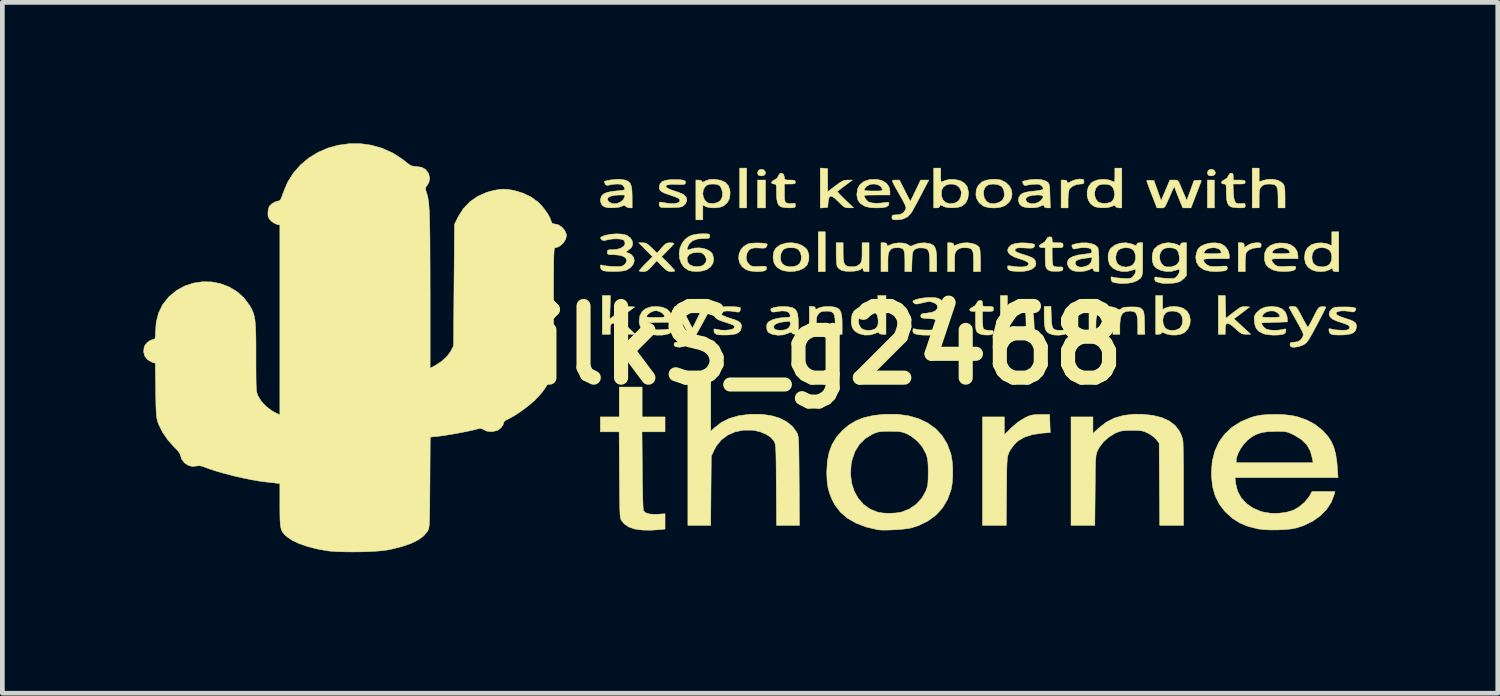
<source format=kicad_pcb>
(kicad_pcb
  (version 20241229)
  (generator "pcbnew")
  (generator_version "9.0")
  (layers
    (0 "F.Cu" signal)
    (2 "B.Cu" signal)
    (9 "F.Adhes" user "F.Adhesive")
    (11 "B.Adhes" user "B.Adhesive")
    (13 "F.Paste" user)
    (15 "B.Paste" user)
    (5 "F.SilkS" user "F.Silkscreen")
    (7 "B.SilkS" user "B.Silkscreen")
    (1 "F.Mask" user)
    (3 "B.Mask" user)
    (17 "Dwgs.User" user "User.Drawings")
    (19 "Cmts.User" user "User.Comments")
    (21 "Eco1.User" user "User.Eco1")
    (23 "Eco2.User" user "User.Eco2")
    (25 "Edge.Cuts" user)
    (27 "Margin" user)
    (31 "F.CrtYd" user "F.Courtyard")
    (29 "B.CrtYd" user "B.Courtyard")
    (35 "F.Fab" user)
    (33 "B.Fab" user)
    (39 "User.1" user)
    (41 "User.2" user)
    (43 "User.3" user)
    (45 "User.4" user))
  (footprint "F.SilkS_g2468"
    (layer "F.Cu")
    (at 12.808 4.293)
    (property "Reference" "F.SilkS_g2468" (at 0 0 0) (layer "F.SilkS") (effects (font (size 1.524 1.524) (thickness 0.3))))
    (attr through_hole)
    (fp_poly (pts (xy 0.021 -2.921) (xy -0.127 -2.921) (xy -0.127 -3.768) (xy 0.021 -3.768) (xy 0.021 -2.921)) (stroke (width 0.01) (type solid)) (fill yes) (layer "F.SilkS"))
    (fp_poly (pts (xy 0.423 -2.921) (xy 0.254 -2.921) (xy 0.254 -3.514) (xy 0.423 -3.514) (xy 0.423 -2.921)) (stroke (width 0.01) (type solid)) (fill yes) (layer "F.SilkS"))
    (fp_poly (pts (xy 1.693 -1.566) (xy 1.545 -1.566) (xy 1.545 -2.413) (xy 1.693 -2.413) (xy 1.693 -1.566)) (stroke (width 0.01) (type solid)) (fill yes) (layer "F.SilkS"))
    (fp_poly (pts (xy 9.97 -2.921) (xy 9.821 -2.921) (xy 9.821 -3.514) (xy 9.97 -3.514) (xy 9.97 -2.921)) (stroke (width 0.01) (type solid)) (fill yes) (layer "F.SilkS"))
    (fp_poly (pts (xy 0.364 -3.74) (xy 0.392 -3.725) (xy 0.423 -3.682) (xy 0.419 -3.642) (xy 0.388 -3.612) (xy 0.337 -3.601) (xy 0.28 -3.612) (xy 0.26 -3.639) (xy 0.254 -3.674) (xy 0.272 -3.717) (xy 0.313 -3.741) (xy 0.364 -3.74)) (stroke (width 0.01) (type solid)) (fill yes) (layer "F.SilkS"))
    (fp_poly (pts (xy 9.931 -3.74) (xy 9.959 -3.725) (xy 9.99 -3.682) (xy 9.986 -3.642) (xy 9.955 -3.612) (xy 9.904 -3.601) (xy 9.848 -3.612) (xy 9.827 -3.639) (xy 9.821 -3.674) (xy 9.839 -3.717) (xy 9.881 -3.741) (xy 9.931 -3.74)) (stroke (width 0.01) (type solid)) (fill yes) (layer "F.SilkS"))
    (fp_poly (pts (xy 7.163 -3.532) (xy 7.189 -3.52) (xy 7.197 -3.492) (xy 7.197 -3.482) (xy 7.191 -3.446) (xy 7.167 -3.432) (xy 7.12 -3.429) (xy 7.03 -3.416) (xy 6.95 -3.38) (xy 6.893 -3.33) (xy 6.882 -3.311) (xy 6.871 -3.264) (xy 6.862 -3.19) (xy 6.858 -3.104) (xy 6.858 -3.089) (xy 6.858 -2.921) (xy 6.71 -2.921) (xy 6.71 -3.514) (xy 6.773 -3.514) (xy 6.824 -3.504) (xy 6.837 -3.482) (xy 6.84 -3.459) (xy 6.854 -3.453) (xy 6.888 -3.467) (xy 6.937 -3.493) (xy 7.013 -3.521) (xy 7.096 -3.535) (xy 7.106 -3.535) (xy 7.163 -3.532)) (stroke (width 0.01) (type solid)) (fill yes) (layer "F.SilkS"))
    (fp_poly (pts (xy 10.586 -2.174) (xy 10.603 -2.15) (xy 10.604 -2.128) (xy 10.604 -2.076) (xy 10.682 -2.128) (xy 10.764 -2.168) (xy 10.859 -2.18) (xy 10.861 -2.18) (xy 10.923 -2.178) (xy 10.954 -2.169) (xy 10.964 -2.147) (xy 10.964 -2.127) (xy 10.96 -2.093) (xy 10.938 -2.078) (xy 10.888 -2.074) (xy 10.879 -2.074) (xy 10.787 -2.062) (xy 10.707 -2.028) (xy 10.653 -1.979) (xy 10.647 -1.97) (xy 10.637 -1.93) (xy 10.63 -1.862) (xy 10.626 -1.776) (xy 10.626 -1.748) (xy 10.626 -1.566) (xy 10.477 -1.566) (xy 10.477 -2.18) (xy 10.541 -2.18) (xy 10.586 -2.174)) (stroke (width 0.01) (type solid)) (fill yes) (layer "F.SilkS"))
    (fp_poly (pts (xy 10.207 -0.816) (xy 10.213 -0.574) (xy 10.377 -0.701) (xy 10.455 -0.76) (xy 10.51 -0.797) (xy 10.552 -0.816) (xy 10.592 -0.823) (xy 10.631 -0.821) (xy 10.721 -0.815) (xy 10.554 -0.688) (xy 10.387 -0.562) (xy 10.565 -0.398) (xy 10.742 -0.234) (xy 10.647 -0.233) (xy 10.597 -0.236) (xy 10.556 -0.247) (xy 10.512 -0.273) (xy 10.455 -0.32) (xy 10.413 -0.358) (xy 10.331 -0.427) (xy 10.272 -0.462) (xy 10.233 -0.464) (xy 10.211 -0.432) (xy 10.203 -0.365) (xy 10.202 -0.338) (xy 10.202 -0.233) (xy 10.054 -0.233) (xy 10.054 -1.058) (xy 10.201 -1.058) (xy 10.207 -0.816)) (stroke (width 0.01) (type solid)) (fill yes) (layer "F.SilkS"))
    (fp_poly (pts (xy -2.882 -0.809) (xy -2.889 -0.559) (xy -2.715 -0.693) (xy -2.634 -0.754) (xy -2.577 -0.793) (xy -2.534 -0.814) (xy -2.495 -0.822) (xy -2.451 -0.822) (xy -2.45 -0.821) (xy -2.36 -0.815) (xy -2.527 -0.688) (xy -2.694 -0.562) (xy -2.519 -0.397) (xy -2.344 -0.233) (xy -2.448 -0.233) (xy -2.501 -0.235) (xy -2.541 -0.244) (xy -2.581 -0.268) (xy -2.63 -0.312) (xy -2.676 -0.359) (xy -2.741 -0.421) (xy -2.784 -0.457) (xy -2.815 -0.469) (xy -2.839 -0.464) (xy -2.84 -0.464) (xy -2.865 -0.439) (xy -2.877 -0.391) (xy -2.879 -0.338) (xy -2.879 -0.233) (xy -3.048 -0.233) (xy -3.048 -1.058) (xy -2.875 -1.058) (xy -2.882 -0.809)) (stroke (width 0.01) (type solid)) (fill yes) (layer "F.SilkS"))
    (fp_poly (pts (xy 5.567 -0.764) (xy 5.645 -0.797) (xy 5.735 -0.819) (xy 5.855 -0.822) (xy 5.868 -0.822) (xy 5.951 -0.814) (xy 6.005 -0.801) (xy 6.046 -0.778) (xy 6.068 -0.757) (xy 6.093 -0.73) (xy 6.11 -0.7) (xy 6.121 -0.659) (xy 6.127 -0.597) (xy 6.133 -0.505) (xy 6.134 -0.467) (xy 6.144 -0.233) (xy 5.97 -0.233) (xy 5.964 -0.46) (xy 5.958 -0.686) (xy 5.88 -0.716) (xy 5.822 -0.733) (xy 5.769 -0.732) (xy 5.711 -0.717) (xy 5.651 -0.689) (xy 5.61 -0.646) (xy 5.584 -0.58) (xy 5.571 -0.485) (xy 5.568 -0.386) (xy 5.567 -0.233) (xy 5.419 -0.233) (xy 5.419 -1.058) (xy 5.567 -1.058) (xy 5.567 -0.764)) (stroke (width 0.01) (type solid)) (fill yes) (layer "F.SilkS"))
    (fp_poly (pts (xy 10.922 -3.476) (xy 11.001 -3.505) (xy 11.114 -3.53) (xy 11.227 -3.53) (xy 11.328 -3.506) (xy 11.408 -3.459) (xy 11.438 -3.427) (xy 11.454 -3.392) (xy 11.465 -3.341) (xy 11.471 -3.263) (xy 11.472 -3.152) (xy 11.472 -3.149) (xy 11.472 -2.921) (xy 11.324 -2.921) (xy 11.324 -3.133) (xy 11.321 -3.251) (xy 11.31 -3.333) (xy 11.286 -3.386) (xy 11.246 -3.415) (xy 11.185 -3.427) (xy 11.133 -3.429) (xy 11.058 -3.424) (xy 11.008 -3.405) (xy 10.974 -3.377) (xy 10.95 -3.349) (xy 10.934 -3.319) (xy 10.926 -3.275) (xy 10.923 -3.207) (xy 10.922 -3.123) (xy 10.922 -2.921) (xy 10.774 -2.921) (xy 10.774 -3.768) (xy 10.922 -3.768) (xy 10.922 -3.476)) (stroke (width 0.01) (type solid)) (fill yes) (layer "F.SilkS"))
    (fp_poly (pts (xy 6.472 1.664) (xy 6.479 1.856) (xy 6.314 1.869) (xy 6.109 1.898) (xy 5.939 1.951) (xy 5.803 2.028) (xy 5.757 2.066) (xy 5.692 2.138) (xy 5.634 2.22) (xy 5.606 2.271) (xy 5.593 2.302) (xy 5.582 2.332) (xy 5.573 2.366) (xy 5.567 2.409) (xy 5.562 2.466) (xy 5.558 2.542) (xy 5.555 2.641) (xy 5.553 2.768) (xy 5.552 2.929) (xy 5.55 3.106) (xy 5.544 3.831) (xy 5.038 3.831) (xy 5.038 1.524) (xy 5.503 1.524) (xy 5.503 1.904) (xy 5.647 1.759) (xy 5.793 1.633) (xy 5.935 1.545) (xy 6.009 1.51) (xy 6.071 1.489) (xy 6.135 1.478) (xy 6.218 1.473) (xy 6.272 1.473) (xy 6.466 1.471) (xy 6.472 1.664)) (stroke (width 0.01) (type solid)) (fill yes) (layer "F.SilkS"))
    (fp_poly (pts (xy 1.667 -3.764) (xy 1.746 -3.757) (xy 1.746 -3.266) (xy 1.909 -3.39) (xy 1.988 -3.448) (xy 2.046 -3.485) (xy 2.092 -3.505) (xy 2.137 -3.513) (xy 2.172 -3.514) (xy 2.272 -3.514) (xy 2.117 -3.398) (xy 2.048 -3.346) (xy 1.993 -3.303) (xy 1.959 -3.277) (xy 1.953 -3.272) (xy 1.963 -3.254) (xy 1.998 -3.214) (xy 2.054 -3.157) (xy 2.12 -3.092) (xy 2.297 -2.923) (xy 2.201 -2.922) (xy 2.151 -2.924) (xy 2.112 -2.934) (xy 2.073 -2.959) (xy 2.022 -3.005) (xy 1.978 -3.049) (xy 1.899 -3.124) (xy 1.841 -3.164) (xy 1.801 -3.17) (xy 1.775 -3.142) (xy 1.76 -3.079) (xy 1.757 -3.048) (xy 1.746 -2.932) (xy 1.587 -2.918) (xy 1.587 -3.77) (xy 1.667 -3.764)) (stroke (width 0.01) (type solid)) (fill yes) (layer "F.SilkS"))
    (fp_poly (pts (xy 6.502 -0.602) (xy 6.507 -0.487) (xy 6.519 -0.408) (xy 6.54 -0.358) (xy 6.577 -0.331) (xy 6.632 -0.319) (xy 6.694 -0.318) (xy 6.768 -0.323) (xy 6.819 -0.345) (xy 6.848 -0.369) (xy 6.873 -0.397) (xy 6.888 -0.428) (xy 6.896 -0.472) (xy 6.9 -0.539) (xy 6.9 -0.623) (xy 6.9 -0.826) (xy 7.07 -0.826) (xy 7.07 -0.233) (xy 6.996 -0.233) (xy 6.939 -0.241) (xy 6.921 -0.262) (xy 6.914 -0.277) (xy 6.885 -0.271) (xy 6.843 -0.252) (xy 6.762 -0.226) (xy 6.661 -0.214) (xy 6.562 -0.218) (xy 6.509 -0.23) (xy 6.446 -0.256) (xy 6.402 -0.291) (xy 6.374 -0.343) (xy 6.358 -0.418) (xy 6.351 -0.524) (xy 6.35 -0.602) (xy 6.35 -0.826) (xy 6.494 -0.826) (xy 6.502 -0.602)) (stroke (width 0.01) (type solid)) (fill yes) (layer "F.SilkS"))
    (fp_poly (pts (xy 1.469 -0.816) (xy 1.482 -0.794) (xy 1.484 -0.769) (xy 1.498 -0.765) (xy 1.534 -0.781) (xy 1.559 -0.794) (xy 1.625 -0.814) (xy 1.715 -0.824) (xy 1.812 -0.823) (xy 1.897 -0.811) (xy 1.944 -0.795) (xy 1.99 -0.763) (xy 2.022 -0.716) (xy 2.041 -0.647) (xy 2.051 -0.55) (xy 2.053 -0.444) (xy 2.053 -0.233) (xy 1.905 -0.233) (xy 1.905 -0.432) (xy 1.902 -0.55) (xy 1.89 -0.633) (xy 1.864 -0.685) (xy 1.822 -0.714) (xy 1.759 -0.725) (xy 1.713 -0.726) (xy 1.641 -0.721) (xy 1.594 -0.706) (xy 1.557 -0.674) (xy 1.551 -0.668) (xy 1.528 -0.636) (xy 1.513 -0.598) (xy 1.506 -0.546) (xy 1.503 -0.466) (xy 1.503 -0.422) (xy 1.503 -0.233) (xy 1.355 -0.233) (xy 1.355 -0.826) (xy 1.418 -0.826) (xy 1.469 -0.816)) (stroke (width 0.01) (type solid)) (fill yes) (layer "F.SilkS"))
    (fp_poly (pts (xy 4.411 -2.171) (xy 4.424 -2.148) (xy 4.428 -2.12) (xy 4.432 -2.117) (xy 4.455 -2.124) (xy 4.501 -2.142) (xy 4.516 -2.148) (xy 4.609 -2.174) (xy 4.71 -2.18) (xy 4.81 -2.168) (xy 4.895 -2.141) (xy 4.956 -2.099) (xy 4.972 -2.078) (xy 4.982 -2.04) (xy 4.989 -1.97) (xy 4.994 -1.879) (xy 4.995 -1.801) (xy 4.995 -1.566) (xy 4.847 -1.566) (xy 4.847 -1.785) (xy 4.845 -1.901) (xy 4.836 -1.981) (xy 4.815 -2.032) (xy 4.779 -2.06) (xy 4.723 -2.072) (xy 4.659 -2.074) (xy 4.585 -2.07) (xy 4.534 -2.052) (xy 4.497 -2.022) (xy 4.473 -1.995) (xy 4.457 -1.964) (xy 4.449 -1.92) (xy 4.446 -1.853) (xy 4.445 -1.768) (xy 4.445 -1.566) (xy 4.297 -1.566) (xy 4.297 -2.18) (xy 4.36 -2.18) (xy 4.411 -2.171)) (stroke (width 0.01) (type solid)) (fill yes) (layer "F.SilkS"))
    (fp_poly (pts (xy 2.074 -1.971) (xy 2.077 -1.85) (xy 2.089 -1.766) (xy 2.115 -1.711) (xy 2.159 -1.681) (xy 2.227 -1.67) (xy 2.313 -1.67) (xy 2.37 -1.686) (xy 2.423 -1.723) (xy 2.425 -1.724) (xy 2.449 -1.752) (xy 2.464 -1.783) (xy 2.472 -1.827) (xy 2.476 -1.894) (xy 2.477 -1.978) (xy 2.477 -2.18) (xy 2.625 -2.18) (xy 2.625 -1.566) (xy 2.561 -1.566) (xy 2.515 -1.573) (xy 2.499 -1.597) (xy 2.498 -1.612) (xy 2.495 -1.643) (xy 2.481 -1.642) (xy 2.455 -1.619) (xy 2.406 -1.595) (xy 2.328 -1.578) (xy 2.236 -1.571) (xy 2.144 -1.573) (xy 2.067 -1.586) (xy 2.039 -1.596) (xy 1.986 -1.629) (xy 1.95 -1.668) (xy 1.949 -1.669) (xy 1.94 -1.707) (xy 1.932 -1.777) (xy 1.927 -1.867) (xy 1.926 -1.946) (xy 1.926 -2.18) (xy 2.074 -2.18) (xy 2.074 -1.971)) (stroke (width 0.01) (type solid)) (fill yes) (layer "F.SilkS"))
    (fp_poly (pts (xy 3.189 -3.514) (xy 3.271 -3.514) (xy 3.387 -3.286) (xy 3.503 -3.059) (xy 3.613 -3.286) (xy 3.723 -3.514) (xy 3.897 -3.514) (xy 3.733 -3.201) (xy 3.675 -3.091) (xy 3.619 -2.987) (xy 3.572 -2.9) (xy 3.536 -2.836) (xy 3.522 -2.813) (xy 3.448 -2.733) (xy 3.347 -2.684) (xy 3.22 -2.667) (xy 3.219 -2.667) (xy 3.156 -2.669) (xy 3.124 -2.677) (xy 3.113 -2.698) (xy 3.111 -2.72) (xy 3.116 -2.754) (xy 3.137 -2.769) (xy 3.188 -2.773) (xy 3.198 -2.773) (xy 3.289 -2.783) (xy 3.352 -2.817) (xy 3.396 -2.875) (xy 3.407 -2.9) (xy 3.41 -2.925) (xy 3.403 -2.957) (xy 3.383 -3.003) (xy 3.349 -3.07) (xy 3.296 -3.164) (xy 3.277 -3.198) (xy 3.212 -3.313) (xy 3.165 -3.396) (xy 3.136 -3.453) (xy 3.123 -3.488) (xy 3.125 -3.506) (xy 3.139 -3.513) (xy 3.166 -3.514) (xy 3.189 -3.514)) (stroke (width 0.01) (type solid)) (fill yes) (layer "F.SilkS"))
    (fp_poly (pts (xy -2.201 1.524) (xy -1.714 1.524) (xy -1.714 1.841) (xy -2.204 1.841) (xy -2.197 2.662) (xy -2.195 2.845) (xy -2.192 3.016) (xy -2.189 3.17) (xy -2.186 3.301) (xy -2.182 3.406) (xy -2.178 3.478) (xy -2.174 3.515) (xy -2.173 3.517) (xy -2.128 3.562) (xy -2.045 3.589) (xy -1.926 3.596) (xy -1.873 3.594) (xy -1.714 3.584) (xy -1.714 3.91) (xy -1.845 3.923) (xy -2.019 3.934) (xy -2.184 3.931) (xy -2.327 3.914) (xy -2.367 3.906) (xy -2.487 3.864) (xy -2.58 3.8) (xy -2.634 3.738) (xy -2.644 3.723) (xy -2.653 3.705) (xy -2.66 3.68) (xy -2.666 3.645) (xy -2.671 3.595) (xy -2.674 3.527) (xy -2.677 3.436) (xy -2.679 3.319) (xy -2.681 3.171) (xy -2.682 2.99) (xy -2.684 2.77) (xy -2.684 2.761) (xy -2.69 1.841) (xy -3.09 1.841) (xy -3.09 1.524) (xy -2.688 1.524) (xy -2.688 0.889) (xy -2.201 0.889) (xy -2.201 1.524)) (stroke (width 0.01) (type solid)) (fill yes) (layer "F.SilkS"))
    (fp_poly (pts (xy 0.365 -2.171) (xy 0.426 -2.164) (xy 0.457 -2.153) (xy 0.458 -2.153) (xy 0.458 -2.128) (xy 0.447 -2.1) (xy 0.429 -2.077) (xy 0.401 -2.066) (xy 0.351 -2.065) (xy 0.29 -2.069) (xy 0.186 -2.071) (xy 0.113 -2.054) (xy 0.064 -2.016) (xy 0.03 -1.958) (xy 0.011 -1.866) (xy 0.028 -1.781) (xy 0.08 -1.713) (xy 0.082 -1.712) (xy 0.118 -1.688) (xy 0.159 -1.677) (xy 0.218 -1.674) (xy 0.291 -1.677) (xy 0.37 -1.682) (xy 0.416 -1.68) (xy 0.438 -1.672) (xy 0.444 -1.653) (xy 0.445 -1.64) (xy 0.436 -1.606) (xy 0.406 -1.584) (xy 0.347 -1.572) (xy 0.255 -1.567) (xy 0.222 -1.567) (xy 0.091 -1.58) (xy 0.007 -1.61) (xy -0.075 -1.671) (xy -0.127 -1.752) (xy -0.148 -1.843) (xy -0.141 -1.938) (xy -0.106 -2.026) (xy -0.044 -2.1) (xy 0.044 -2.152) (xy 0.073 -2.162) (xy 0.128 -2.17) (xy 0.203 -2.175) (xy 0.286 -2.175) (xy 0.365 -2.171)) (stroke (width 0.01) (type solid)) (fill yes) (layer "F.SilkS"))
    (fp_poly (pts (xy 5.424 -3.516) (xy 5.431 -3.514) (xy 5.534 -3.463) (xy 5.608 -3.391) (xy 5.653 -3.305) (xy 5.667 -3.213) (xy 5.65 -3.121) (xy 5.6 -3.038) (xy 5.517 -2.971) (xy 5.504 -2.964) (xy 5.413 -2.933) (xy 5.303 -2.92) (xy 5.191 -2.924) (xy 5.093 -2.946) (xy 5.059 -2.96) (xy 4.969 -3.028) (xy 4.915 -3.117) (xy 4.897 -3.199) (xy 4.899 -3.232) (xy 5.059 -3.232) (xy 5.076 -3.133) (xy 5.123 -3.061) (xy 5.194 -3.019) (xy 5.284 -3.01) (xy 5.386 -3.036) (xy 5.459 -3.083) (xy 5.496 -3.151) (xy 5.503 -3.215) (xy 5.489 -3.31) (xy 5.444 -3.377) (xy 5.369 -3.416) (xy 5.26 -3.429) (xy 5.258 -3.429) (xy 5.164 -3.414) (xy 5.099 -3.368) (xy 5.065 -3.293) (xy 5.059 -3.232) (xy 4.899 -3.232) (xy 4.905 -3.307) (xy 4.948 -3.401) (xy 5.023 -3.472) (xy 5.032 -3.478) (xy 5.115 -3.51) (xy 5.22 -3.528) (xy 5.329 -3.53) (xy 5.424 -3.516)) (stroke (width 0.01) (type solid)) (fill yes) (layer "F.SilkS"))
    (fp_poly (pts (xy -2.142 -2.176) (xy -2.1 -2.16) (xy -2.053 -2.124) (xy -1.995 -2.07) (xy -1.883 -1.959) (xy -1.787 -2.07) (xy -1.732 -2.129) (xy -1.691 -2.163) (xy -1.651 -2.177) (xy -1.607 -2.18) (xy -1.555 -2.177) (xy -1.526 -2.168) (xy -1.524 -2.165) (xy -1.538 -2.144) (xy -1.575 -2.101) (xy -1.629 -2.044) (xy -1.656 -2.017) (xy -1.787 -1.884) (xy -1.645 -1.74) (xy -1.584 -1.677) (xy -1.536 -1.625) (xy -1.507 -1.59) (xy -1.503 -1.582) (xy -1.522 -1.572) (xy -1.568 -1.567) (xy -1.583 -1.566) (xy -1.629 -1.571) (xy -1.671 -1.588) (xy -1.718 -1.624) (xy -1.776 -1.681) (xy -1.89 -1.796) (xy -1.995 -1.681) (xy -2.053 -1.62) (xy -2.096 -1.586) (xy -2.135 -1.57) (xy -2.182 -1.566) (xy -2.182 -1.566) (xy -2.235 -1.57) (xy -2.263 -1.579) (xy -2.265 -1.582) (xy -2.251 -1.602) (xy -2.213 -1.645) (xy -2.159 -1.704) (xy -2.123 -1.74) (xy -1.98 -1.884) (xy -2.274 -2.18) (xy -2.191 -2.18) (xy -2.142 -2.176)) (stroke (width 0.01) (type solid)) (fill yes) (layer "F.SilkS"))
    (fp_poly (pts (xy 1.098 -2.163) (xy 1.201 -2.123) (xy 1.282 -2.062) (xy 1.319 -2.011) (xy 1.346 -1.917) (xy 1.344 -1.814) (xy 1.313 -1.719) (xy 1.303 -1.702) (xy 1.24 -1.642) (xy 1.149 -1.598) (xy 1.039 -1.573) (xy 0.923 -1.568) (xy 0.811 -1.585) (xy 0.751 -1.606) (xy 0.661 -1.664) (xy 0.607 -1.744) (xy 0.585 -1.849) (xy 0.584 -1.874) (xy 0.739 -1.874) (xy 0.75 -1.791) (xy 0.778 -1.736) (xy 0.839 -1.692) (xy 0.921 -1.67) (xy 1.009 -1.671) (xy 1.091 -1.694) (xy 1.148 -1.737) (xy 1.18 -1.806) (xy 1.186 -1.89) (xy 1.167 -1.971) (xy 1.133 -2.022) (xy 1.093 -2.054) (xy 1.045 -2.07) (xy 0.973 -2.074) (xy 0.963 -2.074) (xy 0.887 -2.071) (xy 0.837 -2.056) (xy 0.797 -2.027) (xy 0.793 -2.022) (xy 0.754 -1.957) (xy 0.739 -1.874) (xy 0.584 -1.874) (xy 0.584 -1.875) (xy 0.597 -1.983) (xy 0.641 -2.064) (xy 0.719 -2.125) (xy 0.748 -2.139) (xy 0.861 -2.174) (xy 0.981 -2.181) (xy 1.098 -2.163)) (stroke (width 0.01) (type solid)) (fill yes) (layer "F.SilkS"))
    (fp_poly (pts (xy 12.615 -1.566) (xy 12.552 -1.566) (xy 12.505 -1.573) (xy 12.489 -1.598) (xy 12.488 -1.608) (xy 12.487 -1.635) (xy 12.474 -1.639) (xy 12.44 -1.621) (xy 12.42 -1.608) (xy 12.336 -1.577) (xy 12.234 -1.566) (xy 12.129 -1.576) (xy 12.045 -1.603) (xy 11.959 -1.664) (xy 11.907 -1.744) (xy 11.887 -1.848) (xy 11.887 -1.873) (xy 11.887 -1.875) (xy 12.043 -1.875) (xy 12.053 -1.792) (xy 12.077 -1.741) (xy 12.133 -1.693) (xy 12.211 -1.669) (xy 12.296 -1.668) (xy 12.374 -1.69) (xy 12.425 -1.73) (xy 12.461 -1.805) (xy 12.468 -1.891) (xy 12.449 -1.973) (xy 12.415 -2.022) (xy 12.347 -2.063) (xy 12.262 -2.078) (xy 12.176 -2.067) (xy 12.104 -2.03) (xy 12.096 -2.022) (xy 12.058 -1.958) (xy 12.043 -1.875) (xy 11.887 -1.875) (xy 11.901 -1.983) (xy 11.945 -2.067) (xy 12.024 -2.132) (xy 12.045 -2.143) (xy 12.137 -2.172) (xy 12.246 -2.178) (xy 12.352 -2.163) (xy 12.394 -2.149) (xy 12.467 -2.119) (xy 12.467 -2.413) (xy 12.615 -2.413) (xy 12.615 -1.566)) (stroke (width 0.01) (type solid)) (fill yes) (layer "F.SilkS"))
    (fp_poly (pts (xy -0.656 -3.53) (xy -0.525 -3.508) (xy -0.428 -3.461) (xy -0.365 -3.389) (xy -0.333 -3.29) (xy -0.33 -3.231) (xy -0.343 -3.12) (xy -0.387 -3.035) (xy -0.464 -2.967) (xy -0.472 -2.962) (xy -0.545 -2.935) (xy -0.641 -2.922) (xy -0.74 -2.924) (xy -0.826 -2.941) (xy -0.852 -2.952) (xy -0.91 -2.982) (xy -0.91 -2.667) (xy -1.058 -2.667) (xy -1.058 -3.233) (xy -0.911 -3.233) (xy -0.9 -3.153) (xy -0.866 -3.082) (xy -0.813 -3.033) (xy -0.777 -3.02) (xy -0.681 -3.014) (xy -0.594 -3.037) (xy -0.534 -3.08) (xy -0.496 -3.155) (xy -0.489 -3.245) (xy -0.515 -3.336) (xy -0.518 -3.343) (xy -0.549 -3.39) (xy -0.591 -3.416) (xy -0.655 -3.427) (xy -0.712 -3.429) (xy -0.786 -3.421) (xy -0.84 -3.393) (xy -0.858 -3.377) (xy -0.898 -3.312) (xy -0.911 -3.233) (xy -1.058 -3.233) (xy -1.058 -3.514) (xy -0.995 -3.514) (xy -0.946 -3.505) (xy -0.931 -3.484) (xy -0.923 -3.469) (xy -0.894 -3.476) (xy -0.852 -3.496) (xy -0.777 -3.524) (xy -0.69 -3.531) (xy -0.656 -3.53)) (stroke (width 0.01) (type solid)) (fill yes) (layer "F.SilkS"))
    (fp_poly (pts (xy 8.869 -0.761) (xy 8.931 -0.793) (xy 9.013 -0.818) (xy 9.116 -0.825) (xy 9.22 -0.814) (xy 9.308 -0.786) (xy 9.311 -0.784) (xy 9.389 -0.723) (xy 9.438 -0.64) (xy 9.458 -0.544) (xy 9.449 -0.445) (xy 9.409 -0.352) (xy 9.339 -0.275) (xy 9.332 -0.269) (xy 9.258 -0.236) (xy 9.162 -0.218) (xy 9.059 -0.218) (xy 8.965 -0.235) (xy 8.927 -0.25) (xy 8.876 -0.274) (xy 8.852 -0.275) (xy 8.848 -0.262) (xy 8.829 -0.24) (xy 8.784 -0.233) (xy 8.721 -0.233) (xy 8.721 -0.539) (xy 8.872 -0.539) (xy 8.882 -0.452) (xy 8.918 -0.377) (xy 8.933 -0.359) (xy 8.993 -0.326) (xy 9.072 -0.314) (xy 9.155 -0.325) (xy 9.224 -0.356) (xy 9.24 -0.369) (xy 9.282 -0.437) (xy 9.296 -0.521) (xy 9.283 -0.605) (xy 9.244 -0.673) (xy 9.239 -0.678) (xy 9.177 -0.712) (xy 9.095 -0.728) (xy 9.012 -0.723) (xy 8.945 -0.697) (xy 8.932 -0.687) (xy 8.889 -0.622) (xy 8.872 -0.539) (xy 8.721 -0.539) (xy 8.721 -1.058) (xy 8.869 -1.058) (xy 8.869 -0.761)) (stroke (width 0.01) (type solid)) (fill yes) (layer "F.SilkS"))
    (fp_poly (pts (xy 10.358 -3.654) (xy 10.37 -3.623) (xy 10.372 -3.588) (xy 10.372 -3.514) (xy 10.499 -3.514) (xy 10.57 -3.512) (xy 10.608 -3.505) (xy 10.623 -3.49) (xy 10.626 -3.471) (xy 10.621 -3.448) (xy 10.601 -3.435) (xy 10.556 -3.43) (xy 10.496 -3.429) (xy 10.367 -3.429) (xy 10.375 -3.247) (xy 10.383 -3.139) (xy 10.4 -3.067) (xy 10.431 -3.026) (xy 10.478 -3.011) (xy 10.546 -3.015) (xy 10.598 -3.021) (xy 10.62 -3.011) (xy 10.626 -2.981) (xy 10.626 -2.974) (xy 10.623 -2.945) (xy 10.609 -2.929) (xy 10.574 -2.923) (xy 10.509 -2.922) (xy 10.493 -2.922) (xy 10.415 -2.927) (xy 10.349 -2.936) (xy 10.316 -2.946) (xy 10.273 -2.978) (xy 10.245 -3.032) (xy 10.229 -3.113) (xy 10.224 -3.228) (xy 10.223 -3.25) (xy 10.223 -3.337) (xy 10.22 -3.39) (xy 10.212 -3.417) (xy 10.196 -3.427) (xy 10.171 -3.429) (xy 10.128 -3.44) (xy 10.119 -3.466) (xy 10.141 -3.496) (xy 10.18 -3.516) (xy 10.24 -3.558) (xy 10.263 -3.6) (xy 10.295 -3.65) (xy 10.328 -3.662) (xy 10.358 -3.654)) (stroke (width 0.01) (type solid)) (fill yes) (layer "F.SilkS"))
    (fp_poly (pts (xy -0.77 -0.822) (xy -0.742 -0.815) (xy -0.741 -0.812) (xy -0.751 -0.786) (xy -0.778 -0.73) (xy -0.818 -0.652) (xy -0.868 -0.558) (xy -0.923 -0.456) (xy -0.98 -0.353) (xy -1.035 -0.256) (xy -1.084 -0.171) (xy -1.122 -0.107) (xy -1.147 -0.07) (xy -1.15 -0.066) (xy -1.225 -0.009) (xy -1.318 0.029) (xy -1.414 0.042) (xy -1.498 0.028) (xy -1.52 0.001) (xy -1.524 -0.023) (xy -1.516 -0.049) (xy -1.486 -0.061) (xy -1.438 -0.064) (xy -1.347 -0.073) (xy -1.284 -0.107) (xy -1.238 -0.169) (xy -1.238 -0.169) (xy -1.226 -0.195) (xy -1.222 -0.22) (xy -1.227 -0.251) (xy -1.245 -0.294) (xy -1.278 -0.358) (xy -1.329 -0.449) (xy -1.353 -0.492) (xy -1.421 -0.611) (xy -1.469 -0.699) (xy -1.499 -0.759) (xy -1.514 -0.796) (xy -1.513 -0.816) (xy -1.498 -0.824) (xy -1.472 -0.824) (xy -1.447 -0.822) (xy -1.412 -0.818) (xy -1.385 -0.808) (xy -1.36 -0.786) (xy -1.333 -0.746) (xy -1.296 -0.681) (xy -1.248 -0.587) (xy -1.131 -0.36) (xy -0.901 -0.826) (xy -0.821 -0.826) (xy -0.77 -0.822)) (stroke (width 0.01) (type solid)) (fill yes) (layer "F.SilkS"))
    (fp_poly (pts (xy 5.023 -0.945) (xy 5.037 -0.915) (xy 5.038 -0.889) (xy 5.04 -0.853) (xy 5.052 -0.834) (xy 5.087 -0.827) (xy 5.152 -0.826) (xy 5.154 -0.826) (xy 5.221 -0.824) (xy 5.255 -0.817) (xy 5.269 -0.799) (xy 5.271 -0.773) (xy 5.267 -0.742) (xy 5.252 -0.726) (xy 5.212 -0.721) (xy 5.154 -0.72) (xy 5.038 -0.72) (xy 5.038 -0.544) (xy 5.041 -0.446) (xy 5.05 -0.376) (xy 5.063 -0.343) (xy 5.099 -0.327) (xy 5.158 -0.318) (xy 5.181 -0.318) (xy 5.238 -0.315) (xy 5.264 -0.305) (xy 5.268 -0.28) (xy 5.267 -0.27) (xy 5.257 -0.241) (xy 5.231 -0.226) (xy 5.177 -0.219) (xy 5.154 -0.217) (xy 5.077 -0.22) (xy 5.005 -0.234) (xy 4.983 -0.241) (xy 4.943 -0.263) (xy 4.916 -0.29) (xy 4.9 -0.331) (xy 4.892 -0.395) (xy 4.89 -0.491) (xy 4.889 -0.531) (xy 4.889 -0.72) (xy 4.826 -0.72) (xy 4.777 -0.73) (xy 4.763 -0.756) (xy 4.783 -0.786) (xy 4.824 -0.807) (xy 4.883 -0.847) (xy 4.911 -0.89) (xy 4.944 -0.939) (xy 4.987 -0.953) (xy 5.023 -0.945)) (stroke (width 0.01) (type solid)) (fill yes) (layer "F.SilkS"))
    (fp_poly (pts (xy 2.985 -0.233) (xy 2.91 -0.233) (xy 2.854 -0.241) (xy 2.836 -0.262) (xy 2.829 -0.277) (xy 2.8 -0.271) (xy 2.758 -0.252) (xy 2.65 -0.219) (xy 2.53 -0.217) (xy 2.412 -0.247) (xy 2.399 -0.253) (xy 2.317 -0.306) (xy 2.267 -0.378) (xy 2.247 -0.476) (xy 2.248 -0.526) (xy 2.399 -0.526) (xy 2.412 -0.437) (xy 2.455 -0.365) (xy 2.46 -0.36) (xy 2.521 -0.328) (xy 2.601 -0.316) (xy 2.685 -0.323) (xy 2.753 -0.349) (xy 2.769 -0.361) (xy 2.802 -0.403) (xy 2.818 -0.456) (xy 2.818 -0.535) (xy 2.816 -0.561) (xy 2.8 -0.639) (xy 2.762 -0.688) (xy 2.693 -0.718) (xy 2.686 -0.72) (xy 2.584 -0.732) (xy 2.5 -0.709) (xy 2.439 -0.654) (xy 2.42 -0.619) (xy 2.399 -0.526) (xy 2.248 -0.526) (xy 2.248 -0.553) (xy 2.265 -0.655) (xy 2.304 -0.727) (xy 2.37 -0.779) (xy 2.407 -0.797) (xy 2.483 -0.817) (xy 2.578 -0.824) (xy 2.673 -0.82) (xy 2.751 -0.804) (xy 2.769 -0.796) (xy 2.827 -0.766) (xy 2.819 -0.912) (xy 2.81 -1.058) (xy 2.985 -1.058) (xy 2.985 -0.233)) (stroke (width 0.01) (type solid)) (fill yes) (layer "F.SilkS"))
    (fp_poly (pts (xy 6.505 -2.3) (xy 6.518 -2.269) (xy 6.519 -2.244) (xy 6.521 -2.207) (xy 6.534 -2.188) (xy 6.568 -2.181) (xy 6.634 -2.18) (xy 6.636 -2.18) (xy 6.702 -2.179) (xy 6.737 -2.172) (xy 6.75 -2.154) (xy 6.752 -2.127) (xy 6.749 -2.097) (xy 6.733 -2.081) (xy 6.694 -2.075) (xy 6.636 -2.074) (xy 6.519 -2.074) (xy 6.52 -1.9) (xy 6.522 -1.815) (xy 6.528 -1.744) (xy 6.537 -1.699) (xy 6.54 -1.693) (xy 6.576 -1.671) (xy 6.646 -1.665) (xy 6.657 -1.665) (xy 6.717 -1.666) (xy 6.744 -1.657) (xy 6.75 -1.636) (xy 6.748 -1.623) (xy 6.739 -1.596) (xy 6.715 -1.581) (xy 6.664 -1.575) (xy 6.625 -1.573) (xy 6.554 -1.573) (xy 6.498 -1.577) (xy 6.477 -1.581) (xy 6.431 -1.603) (xy 6.4 -1.634) (xy 6.382 -1.681) (xy 6.373 -1.753) (xy 6.371 -1.858) (xy 6.371 -1.866) (xy 6.371 -2.074) (xy 6.308 -2.074) (xy 6.259 -2.085) (xy 6.244 -2.11) (xy 6.265 -2.141) (xy 6.306 -2.161) (xy 6.364 -2.201) (xy 6.393 -2.245) (xy 6.426 -2.294) (xy 6.469 -2.307) (xy 6.505 -2.3)) (stroke (width 0.01) (type solid)) (fill yes) (layer "F.SilkS"))
    (fp_poly (pts (xy 4.149 -3.619) (xy 4.15 -3.546) (xy 4.152 -3.494) (xy 4.156 -3.471) (xy 4.157 -3.471) (xy 4.179 -3.479) (xy 4.226 -3.497) (xy 4.246 -3.506) (xy 4.347 -3.53) (xy 4.439 -3.528) (xy 4.564 -3.501) (xy 4.656 -3.447) (xy 4.714 -3.368) (xy 4.74 -3.261) (xy 4.741 -3.225) (xy 4.724 -3.113) (xy 4.677 -3.023) (xy 4.602 -2.961) (xy 4.583 -2.951) (xy 4.507 -2.932) (xy 4.414 -2.923) (xy 4.32 -2.926) (xy 4.242 -2.94) (xy 4.212 -2.953) (xy 4.16 -2.979) (xy 4.135 -2.979) (xy 4.128 -2.954) (xy 4.128 -2.953) (xy 4.109 -2.928) (xy 4.064 -2.921) (xy 4 -2.921) (xy 4 -3.277) (xy 4.165 -3.277) (xy 4.166 -3.171) (xy 4.199 -3.089) (xy 4.26 -3.034) (xy 4.342 -3.01) (xy 4.44 -3.023) (xy 4.475 -3.035) (xy 4.538 -3.083) (xy 4.577 -3.156) (xy 4.588 -3.244) (xy 4.583 -3.281) (xy 4.549 -3.352) (xy 4.491 -3.401) (xy 4.418 -3.426) (xy 4.339 -3.428) (xy 4.265 -3.407) (xy 4.205 -3.364) (xy 4.169 -3.298) (xy 4.165 -3.277) (xy 4 -3.277) (xy 4 -3.768) (xy 4.149 -3.768) (xy 4.149 -3.619)) (stroke (width 0.01) (type solid)) (fill yes) (layer "F.SilkS"))
    (fp_poly (pts (xy 0.767 -3.658) (xy 0.803 -3.642) (xy 0.819 -3.6) (xy 0.822 -3.582) (xy 0.827 -3.543) (xy 0.842 -3.523) (xy 0.876 -3.515) (xy 0.942 -3.514) (xy 0.943 -3.514) (xy 1.01 -3.512) (xy 1.045 -3.504) (xy 1.057 -3.486) (xy 1.058 -3.471) (xy 1.053 -3.447) (xy 1.031 -3.434) (xy 0.983 -3.429) (xy 0.942 -3.429) (xy 0.826 -3.429) (xy 0.826 -3.239) (xy 0.826 -3.148) (xy 0.831 -3.089) (xy 0.84 -3.055) (xy 0.856 -3.035) (xy 0.87 -3.026) (xy 0.923 -3.013) (xy 0.986 -3.015) (xy 1.035 -3.021) (xy 1.055 -3.01) (xy 1.058 -2.975) (xy 1.056 -2.946) (xy 1.042 -2.93) (xy 1.008 -2.923) (xy 0.943 -2.922) (xy 0.926 -2.922) (xy 0.848 -2.927) (xy 0.782 -2.936) (xy 0.749 -2.946) (xy 0.706 -2.978) (xy 0.678 -3.032) (xy 0.662 -3.113) (xy 0.656 -3.228) (xy 0.656 -3.25) (xy 0.656 -3.337) (xy 0.653 -3.39) (xy 0.644 -3.417) (xy 0.628 -3.427) (xy 0.603 -3.429) (xy 0.561 -3.44) (xy 0.551 -3.466) (xy 0.574 -3.496) (xy 0.612 -3.516) (xy 0.673 -3.558) (xy 0.696 -3.601) (xy 0.72 -3.647) (xy 0.754 -3.659) (xy 0.767 -3.658)) (stroke (width 0.01) (type solid)) (fill yes) (layer "F.SilkS"))
    (fp_poly (pts (xy 8.001 -2.921) (xy 7.94 -2.921) (xy 7.889 -2.932) (xy 7.866 -2.953) (xy 7.853 -2.973) (xy 7.829 -2.972) (xy 7.791 -2.953) (xy 7.72 -2.932) (xy 7.625 -2.923) (xy 7.526 -2.927) (xy 7.439 -2.943) (xy 7.414 -2.952) (xy 7.339 -3.006) (xy 7.289 -3.084) (xy 7.264 -3.177) (xy 7.264 -3.263) (xy 7.424 -3.263) (xy 7.425 -3.181) (xy 7.45 -3.106) (xy 7.497 -3.049) (xy 7.521 -3.036) (xy 7.598 -3.017) (xy 7.684 -3.019) (xy 7.76 -3.041) (xy 7.794 -3.062) (xy 7.832 -3.122) (xy 7.847 -3.198) (xy 7.84 -3.279) (xy 7.812 -3.351) (xy 7.765 -3.4) (xy 7.756 -3.405) (xy 7.679 -3.425) (xy 7.594 -3.426) (xy 7.52 -3.408) (xy 7.499 -3.397) (xy 7.449 -3.339) (xy 7.424 -3.263) (xy 7.264 -3.263) (xy 7.264 -3.275) (xy 7.29 -3.367) (xy 7.343 -3.445) (xy 7.388 -3.479) (xy 7.481 -3.515) (xy 7.592 -3.53) (xy 7.699 -3.522) (xy 7.755 -3.506) (xy 7.807 -3.484) (xy 7.84 -3.472) (xy 7.845 -3.471) (xy 7.849 -3.491) (xy 7.852 -3.542) (xy 7.853 -3.614) (xy 7.853 -3.619) (xy 7.853 -3.768) (xy 8.001 -3.768) (xy 8.001 -2.921)) (stroke (width 0.01) (type solid)) (fill yes) (layer "F.SilkS"))
    (fp_poly (pts (xy 9.16 -3.512) (xy 9.191 -3.501) (xy 9.215 -3.471) (xy 9.241 -3.414) (xy 9.25 -3.392) (xy 9.285 -3.307) (xy 9.322 -3.22) (xy 9.341 -3.176) (xy 9.383 -3.081) (xy 9.46 -3.292) (xy 9.536 -3.503) (xy 9.618 -3.51) (xy 9.67 -3.512) (xy 9.69 -3.503) (xy 9.686 -3.478) (xy 9.686 -3.478) (xy 9.673 -3.444) (xy 9.648 -3.38) (xy 9.615 -3.294) (xy 9.577 -3.195) (xy 9.572 -3.18) (xy 9.472 -2.921) (xy 9.298 -2.921) (xy 9.21 -3.133) (xy 9.175 -3.222) (xy 9.146 -3.298) (xy 9.127 -3.351) (xy 9.122 -3.371) (xy 9.114 -3.367) (xy 9.094 -3.33) (xy 9.066 -3.27) (xy 9.062 -3.26) (xy 9.009 -3.138) (xy 8.969 -3.049) (xy 8.941 -2.988) (xy 8.919 -2.95) (xy 8.9 -2.93) (xy 8.881 -2.922) (xy 8.857 -2.92) (xy 8.83 -2.921) (xy 8.748 -2.921) (xy 8.639 -3.201) (xy 8.6 -3.303) (xy 8.567 -3.391) (xy 8.543 -3.457) (xy 8.531 -3.494) (xy 8.53 -3.499) (xy 8.549 -3.509) (xy 8.595 -3.511) (xy 8.608 -3.51) (xy 8.685 -3.503) (xy 8.837 -3.076) (xy 8.93 -3.295) (xy 9.023 -3.514) (xy 9.111 -3.514) (xy 9.16 -3.512)) (stroke (width 0.01) (type solid)) (fill yes) (layer "F.SilkS"))
    (fp_poly (pts (xy -0.741 1.829) (xy -0.672 1.763) (xy -0.521 1.644) (xy -0.348 1.557) (xy -0.149 1.499) (xy 0.079 1.469) (xy 0.106 1.467) (xy 0.337 1.468) (xy 0.545 1.497) (xy 0.727 1.551) (xy 0.881 1.631) (xy 1.003 1.735) (xy 1.087 1.852) (xy 1.098 1.873) (xy 1.107 1.896) (xy 1.114 1.924) (xy 1.12 1.961) (xy 1.125 2.011) (xy 1.128 2.078) (xy 1.131 2.167) (xy 1.133 2.281) (xy 1.135 2.424) (xy 1.137 2.6) (xy 1.138 2.814) (xy 1.139 2.884) (xy 1.145 3.831) (xy 0.658 3.831) (xy 0.652 2.969) (xy 0.65 2.755) (xy 0.649 2.58) (xy 0.647 2.438) (xy 0.645 2.326) (xy 0.642 2.24) (xy 0.638 2.176) (xy 0.633 2.128) (xy 0.627 2.094) (xy 0.619 2.069) (xy 0.609 2.048) (xy 0.597 2.028) (xy 0.597 2.027) (xy 0.53 1.955) (xy 0.432 1.891) (xy 0.313 1.842) (xy 0.182 1.811) (xy 0.144 1.806) (xy -0.048 1.806) (xy -0.224 1.842) (xy -0.381 1.911) (xy -0.515 2.011) (xy -0.622 2.141) (xy -0.669 2.228) (xy -0.73 2.36) (xy -0.737 3.096) (xy -0.743 3.831) (xy -1.228 3.831) (xy -1.228 0.635) (xy -0.741 0.635) (xy -0.741 1.829)) (stroke (width 0.01) (type solid)) (fill yes) (layer "F.SilkS"))
    (fp_poly (pts (xy 5.947 -2.176) (xy 6.047 -2.168) (xy 6.11 -2.158) (xy 6.142 -2.142) (xy 6.148 -2.119) (xy 6.139 -2.097) (xy 6.124 -2.078) (xy 6.098 -2.067) (xy 6.052 -2.064) (xy 5.977 -2.067) (xy 5.943 -2.069) (xy 5.85 -2.073) (xy 5.791 -2.07) (xy 5.756 -2.061) (xy 5.741 -2.048) (xy 5.727 -2.022) (xy 5.738 -1.999) (xy 5.777 -1.976) (xy 5.849 -1.949) (xy 5.911 -1.929) (xy 6.012 -1.896) (xy 6.08 -1.869) (xy 6.124 -1.842) (xy 6.151 -1.813) (xy 6.16 -1.799) (xy 6.176 -1.732) (xy 6.155 -1.673) (xy 6.1 -1.625) (xy 6.015 -1.59) (xy 5.904 -1.571) (xy 5.831 -1.569) (xy 5.748 -1.572) (xy 5.675 -1.578) (xy 5.63 -1.585) (xy 5.583 -1.616) (xy 5.57 -1.649) (xy 5.569 -1.677) (xy 5.58 -1.689) (xy 5.615 -1.689) (xy 5.676 -1.68) (xy 5.797 -1.666) (xy 5.898 -1.667) (xy 5.971 -1.68) (xy 6.004 -1.698) (xy 6.024 -1.727) (xy 6.011 -1.753) (xy 6.002 -1.763) (xy 5.964 -1.787) (xy 5.901 -1.814) (xy 5.848 -1.831) (xy 5.718 -1.876) (xy 5.63 -1.924) (xy 5.582 -1.976) (xy 5.573 -2.032) (xy 5.595 -2.082) (xy 5.653 -2.135) (xy 5.743 -2.167) (xy 5.869 -2.178) (xy 5.947 -2.176)) (stroke (width 0.01) (type solid)) (fill yes) (layer "F.SilkS"))
    (fp_poly (pts (xy -1.402 -3.521) (xy -1.329 -3.512) (xy -1.288 -3.495) (xy -1.276 -3.468) (xy -1.282 -3.444) (xy -1.295 -3.427) (xy -1.323 -3.419) (xy -1.374 -3.417) (xy -1.459 -3.42) (xy -1.468 -3.421) (xy -1.582 -3.423) (xy -1.657 -3.412) (xy -1.694 -3.393) (xy -1.691 -3.366) (xy -1.648 -3.333) (xy -1.563 -3.298) (xy -1.517 -3.283) (xy -1.432 -3.255) (xy -1.357 -3.224) (xy -1.307 -3.196) (xy -1.303 -3.193) (xy -1.258 -3.136) (xy -1.252 -3.069) (xy -1.284 -3.003) (xy -1.303 -2.984) (xy -1.332 -2.96) (xy -1.366 -2.944) (xy -1.415 -2.935) (xy -1.488 -2.93) (xy -1.562 -2.928) (xy -1.655 -2.927) (xy -1.734 -2.929) (xy -1.789 -2.932) (xy -1.804 -2.934) (xy -1.835 -2.963) (xy -1.841 -2.999) (xy -1.837 -3.035) (xy -1.817 -3.046) (xy -1.773 -3.039) (xy -1.643 -3.018) (xy -1.536 -3.013) (xy -1.457 -3.023) (xy -1.409 -3.048) (xy -1.397 -3.078) (xy -1.406 -3.105) (xy -1.438 -3.13) (xy -1.498 -3.157) (xy -1.592 -3.189) (xy -1.614 -3.196) (xy -1.719 -3.233) (xy -1.787 -3.267) (xy -1.825 -3.304) (xy -1.838 -3.349) (xy -1.837 -3.371) (xy -1.82 -3.434) (xy -1.778 -3.479) (xy -1.707 -3.508) (xy -1.604 -3.522) (xy -1.513 -3.524) (xy -1.402 -3.521)) (stroke (width 0.01) (type solid)) (fill yes) (layer "F.SilkS"))
    (fp_poly (pts (xy 8.435 1.467) (xy 8.66 1.491) (xy 8.851 1.538) (xy 9.008 1.609) (xy 9.133 1.705) (xy 9.22 1.816) (xy 9.26 1.895) (xy 9.29 1.98) (xy 9.3 2.024) (xy 9.303 2.066) (xy 9.306 2.146) (xy 9.308 2.258) (xy 9.31 2.397) (xy 9.312 2.557) (xy 9.313 2.734) (xy 9.313 2.922) (xy 9.313 2.977) (xy 9.313 3.831) (xy 8.807 3.831) (xy 8.801 2.956) (xy 8.795 2.082) (xy 8.737 2.006) (xy 8.682 1.952) (xy 8.606 1.897) (xy 8.557 1.87) (xy 8.497 1.842) (xy 8.444 1.825) (xy 8.386 1.815) (xy 8.31 1.811) (xy 8.213 1.811) (xy 8.106 1.812) (xy 8.029 1.818) (xy 7.968 1.829) (xy 7.909 1.849) (xy 7.861 1.87) (xy 7.729 1.95) (xy 7.61 2.056) (xy 7.518 2.178) (xy 7.489 2.233) (xy 7.476 2.262) (xy 7.465 2.292) (xy 7.457 2.325) (xy 7.451 2.368) (xy 7.446 2.425) (xy 7.442 2.501) (xy 7.439 2.601) (xy 7.437 2.728) (xy 7.436 2.889) (xy 7.434 3.085) (xy 7.427 3.831) (xy 6.921 3.831) (xy 6.921 1.524) (xy 7.387 1.524) (xy 7.387 1.875) (xy 7.509 1.762) (xy 7.667 1.638) (xy 7.843 1.548) (xy 8.038 1.492) (xy 8.258 1.466) (xy 8.435 1.467)) (stroke (width 0.01) (type solid)) (fill yes) (layer "F.SilkS"))
    (fp_poly (pts (xy 11.318 -0.812) (xy 11.416 -0.77) (xy 11.482 -0.702) (xy 11.516 -0.607) (xy 11.519 -0.579) (xy 11.525 -0.497) (xy 11.245 -0.487) (xy 10.966 -0.476) (xy 10.992 -0.424) (xy 11.032 -0.373) (xy 11.071 -0.345) (xy 11.131 -0.327) (xy 11.217 -0.319) (xy 11.312 -0.32) (xy 11.399 -0.331) (xy 11.426 -0.338) (xy 11.473 -0.349) (xy 11.49 -0.341) (xy 11.49 -0.307) (xy 11.49 -0.301) (xy 11.473 -0.256) (xy 11.431 -0.233) (xy 11.419 -0.23) (xy 11.324 -0.218) (xy 11.215 -0.216) (xy 11.11 -0.224) (xy 11.027 -0.24) (xy 11.019 -0.243) (xy 10.922 -0.291) (xy 10.86 -0.356) (xy 10.828 -0.446) (xy 10.821 -0.503) (xy 10.818 -0.577) (xy 10.822 -0.605) (xy 10.986 -0.605) (xy 11.005 -0.599) (xy 11.058 -0.595) (xy 11.133 -0.593) (xy 11.176 -0.593) (xy 11.26 -0.594) (xy 11.325 -0.599) (xy 11.362 -0.605) (xy 11.367 -0.609) (xy 11.348 -0.654) (xy 11.303 -0.697) (xy 11.245 -0.725) (xy 11.233 -0.728) (xy 11.154 -0.73) (xy 11.079 -0.709) (xy 11.02 -0.672) (xy 10.988 -0.624) (xy 10.986 -0.605) (xy 10.822 -0.605) (xy 10.825 -0.626) (xy 10.847 -0.667) (xy 10.871 -0.697) (xy 10.952 -0.769) (xy 11.05 -0.811) (xy 11.174 -0.825) (xy 11.188 -0.826) (xy 11.318 -0.812)) (stroke (width 0.01) (type solid)) (fill yes) (layer "F.SilkS"))
    (fp_poly (pts (xy -0.262 -0.82) (xy -0.186 -0.815) (xy -0.132 -0.807) (xy -0.115 -0.799) (xy -0.11 -0.771) (xy -0.116 -0.741) (xy -0.13 -0.713) (xy -0.156 -0.704) (xy -0.206 -0.71) (xy -0.219 -0.713) (xy -0.321 -0.727) (xy -0.408 -0.729) (xy -0.475 -0.719) (xy -0.515 -0.7) (xy -0.524 -0.672) (xy -0.507 -0.647) (xy -0.472 -0.627) (xy -0.409 -0.601) (xy -0.332 -0.575) (xy -0.328 -0.574) (xy -0.221 -0.539) (xy -0.149 -0.507) (xy -0.108 -0.472) (xy -0.09 -0.431) (xy -0.089 -0.386) (xy -0.106 -0.319) (xy -0.146 -0.271) (xy -0.216 -0.24) (xy -0.319 -0.223) (xy -0.386 -0.219) (xy -0.475 -0.218) (xy -0.553 -0.221) (xy -0.607 -0.227) (xy -0.614 -0.229) (xy -0.66 -0.26) (xy -0.673 -0.301) (xy -0.675 -0.337) (xy -0.661 -0.348) (xy -0.62 -0.341) (xy -0.604 -0.336) (xy -0.526 -0.323) (xy -0.439 -0.319) (xy -0.356 -0.326) (xy -0.288 -0.34) (xy -0.248 -0.362) (xy -0.246 -0.366) (xy -0.235 -0.394) (xy -0.248 -0.418) (xy -0.288 -0.441) (xy -0.363 -0.467) (xy -0.402 -0.479) (xy -0.482 -0.505) (xy -0.556 -0.533) (xy -0.588 -0.547) (xy -0.649 -0.594) (xy -0.674 -0.653) (xy -0.666 -0.715) (xy -0.625 -0.769) (xy -0.56 -0.805) (xy -0.509 -0.814) (xy -0.435 -0.82) (xy -0.349 -0.822) (xy -0.262 -0.82)) (stroke (width 0.01) (type solid)) (fill yes) (layer "F.SilkS"))
    (fp_poly (pts (xy 12.848 -0.813) (xy 12.926 -0.805) (xy 12.969 -0.792) (xy 12.982 -0.77) (xy 12.968 -0.739) (xy 12.966 -0.735) (xy 12.944 -0.713) (xy 12.912 -0.707) (xy 12.859 -0.715) (xy 12.836 -0.72) (xy 12.755 -0.731) (xy 12.674 -0.731) (xy 12.606 -0.72) (xy 12.564 -0.7) (xy 12.56 -0.695) (xy 12.561 -0.664) (xy 12.601 -0.631) (xy 12.683 -0.596) (xy 12.753 -0.574) (xy 12.86 -0.539) (xy 12.932 -0.507) (xy 12.973 -0.472) (xy 12.991 -0.431) (xy 12.992 -0.386) (xy 12.975 -0.319) (xy 12.935 -0.271) (xy 12.865 -0.24) (xy 12.762 -0.223) (xy 12.695 -0.219) (xy 12.606 -0.218) (xy 12.528 -0.221) (xy 12.474 -0.227) (xy 12.467 -0.229) (xy 12.423 -0.259) (xy 12.407 -0.305) (xy 12.406 -0.346) (xy 12.421 -0.355) (xy 12.439 -0.349) (xy 12.49 -0.336) (xy 12.567 -0.326) (xy 12.654 -0.321) (xy 12.734 -0.32) (xy 12.791 -0.325) (xy 12.795 -0.326) (xy 12.838 -0.351) (xy 12.848 -0.38) (xy 12.84 -0.404) (xy 12.812 -0.427) (xy 12.758 -0.452) (xy 12.672 -0.482) (xy 12.59 -0.508) (xy 12.493 -0.549) (xy 12.432 -0.6) (xy 12.408 -0.658) (xy 12.423 -0.72) (xy 12.458 -0.764) (xy 12.486 -0.787) (xy 12.517 -0.802) (xy 12.56 -0.81) (xy 12.625 -0.814) (xy 12.722 -0.815) (xy 12.732 -0.815) (xy 12.848 -0.813)) (stroke (width 0.01) (type solid)) (fill yes) (layer "F.SilkS"))
    (fp_poly (pts (xy -0.829 -2.37) (xy -0.786 -2.365) (xy -0.767 -2.352) (xy -0.762 -2.329) (xy -0.762 -2.32) (xy -0.765 -2.293) (xy -0.78 -2.278) (xy -0.817 -2.272) (xy -0.885 -2.271) (xy -0.894 -2.271) (xy -1.028 -2.259) (xy -1.13 -2.221) (xy -1.199 -2.156) (xy -1.215 -2.128) (xy -1.242 -2.064) (xy -1.245 -2.032) (xy -1.221 -2.028) (xy -1.175 -2.044) (xy -1.079 -2.069) (xy -0.974 -2.071) (xy -0.872 -2.053) (xy -0.784 -2.017) (xy -0.721 -1.965) (xy -0.702 -1.935) (xy -0.678 -1.839) (xy -0.694 -1.747) (xy -0.746 -1.667) (xy -0.83 -1.608) (xy -0.832 -1.607) (xy -0.927 -1.579) (xy -1.038 -1.568) (xy -1.145 -1.576) (xy -1.218 -1.596) (xy -1.306 -1.656) (xy -1.368 -1.741) (xy -1.404 -1.845) (xy -1.405 -1.847) (xy -1.245 -1.847) (xy -1.234 -1.77) (xy -1.189 -1.713) (xy -1.113 -1.68) (xy -1.04 -1.672) (xy -0.947 -1.683) (xy -0.892 -1.709) (xy -0.843 -1.772) (xy -0.836 -1.841) (xy -0.869 -1.911) (xy -0.874 -1.916) (xy -0.917 -1.956) (xy -0.968 -1.973) (xy -1.018 -1.976) (xy -1.125 -1.964) (xy -1.2 -1.93) (xy -1.239 -1.874) (xy -1.245 -1.847) (xy -1.405 -1.847) (xy -1.414 -1.958) (xy -1.395 -2.072) (xy -1.347 -2.178) (xy -1.293 -2.247) (xy -1.216 -2.308) (xy -1.124 -2.347) (xy -1.009 -2.367) (xy -0.905 -2.371) (xy -0.829 -2.37)) (stroke (width 0.01) (type solid)) (fill yes) (layer "F.SilkS"))
    (fp_poly (pts (xy 2.8 -3.527) (xy 2.908 -3.499) (xy 2.993 -3.446) (xy 3.048 -3.373) (xy 3.069 -3.283) (xy 3.069 -3.278) (xy 3.069 -3.196) (xy 2.794 -3.196) (xy 2.692 -3.195) (xy 2.607 -3.194) (xy 2.547 -3.191) (xy 2.52 -3.187) (xy 2.519 -3.187) (xy 2.533 -3.142) (xy 2.568 -3.09) (xy 2.609 -3.051) (xy 2.615 -3.048) (xy 2.684 -3.027) (xy 2.782 -3.019) (xy 2.896 -3.026) (xy 2.947 -3.033) (xy 3.008 -3.042) (xy 3.038 -3.039) (xy 3.047 -3.022) (xy 3.048 -3.006) (xy 3.034 -2.968) (xy 2.989 -2.942) (xy 2.91 -2.927) (xy 2.794 -2.921) (xy 2.777 -2.921) (xy 2.652 -2.928) (xy 2.556 -2.95) (xy 2.526 -2.962) (xy 2.44 -3.016) (xy 2.388 -3.087) (xy 2.367 -3.182) (xy 2.366 -3.22) (xy 2.379 -3.303) (xy 2.519 -3.303) (xy 2.539 -3.292) (xy 2.597 -3.284) (xy 2.689 -3.281) (xy 2.718 -3.281) (xy 2.81 -3.281) (xy 2.868 -3.284) (xy 2.898 -3.291) (xy 2.908 -3.303) (xy 2.906 -3.322) (xy 2.906 -3.324) (xy 2.872 -3.379) (xy 2.811 -3.415) (xy 2.735 -3.43) (xy 2.657 -3.424) (xy 2.589 -3.392) (xy 2.571 -3.377) (xy 2.536 -3.336) (xy 2.519 -3.305) (xy 2.519 -3.303) (xy 2.379 -3.303) (xy 2.384 -3.333) (xy 2.436 -3.422) (xy 2.521 -3.487) (xy 2.636 -3.523) (xy 2.673 -3.528) (xy 2.8 -3.527)) (stroke (width 0.01) (type solid)) (fill yes) (layer "F.SilkS"))
    (fp_poly (pts (xy 2.989 -2.173) (xy 3.005 -2.148) (xy 3.006 -2.14) (xy 3.008 -2.116) (xy 3.022 -2.112) (xy 3.057 -2.127) (xy 3.085 -2.141) (xy 3.159 -2.166) (xy 3.25 -2.177) (xy 3.342 -2.174) (xy 3.421 -2.157) (xy 3.466 -2.132) (xy 3.494 -2.111) (xy 3.522 -2.109) (xy 3.565 -2.126) (xy 3.588 -2.138) (xy 3.69 -2.171) (xy 3.807 -2.179) (xy 3.919 -2.162) (xy 3.934 -2.157) (xy 3.987 -2.13) (xy 4.023 -2.089) (xy 4.047 -2.025) (xy 4.06 -1.934) (xy 4.064 -1.808) (xy 4.064 -1.79) (xy 4.064 -1.566) (xy 3.916 -1.566) (xy 3.916 -1.762) (xy 3.913 -1.881) (xy 3.903 -1.965) (xy 3.882 -2.019) (xy 3.848 -2.051) (xy 3.796 -2.066) (xy 3.755 -2.07) (xy 3.676 -2.069) (xy 3.621 -2.052) (xy 3.597 -2.035) (xy 3.573 -2.012) (xy 3.558 -1.985) (xy 3.548 -1.943) (xy 3.542 -1.877) (xy 3.538 -1.78) (xy 3.531 -1.566) (xy 3.387 -1.566) (xy 3.387 -1.787) (xy 3.385 -1.903) (xy 3.376 -1.982) (xy 3.358 -2.033) (xy 3.325 -2.061) (xy 3.275 -2.072) (xy 3.217 -2.074) (xy 3.149 -2.07) (xy 3.105 -2.053) (xy 3.071 -2.019) (xy 3.049 -1.985) (xy 3.036 -1.944) (xy 3.029 -1.886) (xy 3.027 -1.798) (xy 3.027 -1.765) (xy 3.027 -1.566) (xy 2.879 -1.566) (xy 2.879 -2.18) (xy 2.942 -2.18) (xy 2.989 -2.173)) (stroke (width 0.01) (type solid)) (fill yes) (layer "F.SilkS"))
    (fp_poly (pts (xy 11.484 -2.171) (xy 11.593 -2.138) (xy 11.676 -2.079) (xy 11.729 -1.997) (xy 11.748 -1.897) (xy 11.748 -1.841) (xy 11.464 -1.841) (xy 11.35 -1.841) (xy 11.271 -1.84) (xy 11.223 -1.836) (xy 11.197 -1.829) (xy 11.189 -1.818) (xy 11.19 -1.801) (xy 11.191 -1.799) (xy 11.215 -1.756) (xy 11.257 -1.712) (xy 11.258 -1.712) (xy 11.289 -1.691) (xy 11.323 -1.679) (xy 11.373 -1.674) (xy 11.447 -1.675) (xy 11.51 -1.678) (xy 11.602 -1.682) (xy 11.66 -1.682) (xy 11.69 -1.677) (xy 11.701 -1.666) (xy 11.701 -1.646) (xy 11.701 -1.644) (xy 11.686 -1.611) (xy 11.647 -1.589) (xy 11.58 -1.576) (xy 11.478 -1.57) (xy 11.441 -1.569) (xy 11.314 -1.576) (xy 11.218 -1.602) (xy 11.208 -1.606) (xy 11.12 -1.657) (xy 11.066 -1.718) (xy 11.039 -1.8) (xy 11.034 -1.847) (xy 11.041 -1.963) (xy 11.043 -1.968) (xy 11.197 -1.968) (xy 11.217 -1.958) (xy 11.27 -1.951) (xy 11.349 -1.948) (xy 11.388 -1.947) (xy 11.479 -1.95) (xy 11.544 -1.956) (xy 11.576 -1.965) (xy 11.578 -1.968) (xy 11.559 -2.014) (xy 11.508 -2.05) (xy 11.435 -2.071) (xy 11.392 -2.074) (xy 11.314 -2.064) (xy 11.248 -2.036) (xy 11.206 -1.997) (xy 11.197 -1.968) (xy 11.043 -1.968) (xy 11.083 -2.055) (xy 11.159 -2.122) (xy 11.268 -2.162) (xy 11.352 -2.175) (xy 11.484 -2.171)) (stroke (width 0.01) (type solid)) (fill yes) (layer "F.SilkS"))
    (fp_poly (pts (xy 7.357 -2.161) (xy 7.438 -2.129) (xy 7.489 -2.082) (xy 7.491 -2.078) (xy 7.501 -2.04) (xy 7.508 -1.97) (xy 7.513 -1.879) (xy 7.514 -1.801) (xy 7.514 -1.566) (xy 7.459 -1.566) (xy 7.41 -1.58) (xy 7.394 -1.606) (xy 7.385 -1.629) (xy 7.368 -1.633) (xy 7.331 -1.618) (xy 7.307 -1.606) (xy 7.228 -1.58) (xy 7.132 -1.568) (xy 7.035 -1.57) (xy 6.956 -1.588) (xy 6.943 -1.593) (xy 6.881 -1.645) (xy 6.846 -1.714) (xy 6.845 -1.751) (xy 7.01 -1.751) (xy 7.01 -1.739) (xy 7.034 -1.693) (xy 7.086 -1.666) (xy 7.155 -1.661) (xy 7.231 -1.676) (xy 7.303 -1.713) (xy 7.344 -1.761) (xy 7.362 -1.809) (xy 7.369 -1.868) (xy 7.246 -1.854) (xy 7.136 -1.837) (xy 7.063 -1.816) (xy 7.022 -1.788) (xy 7.01 -1.751) (xy 6.845 -1.751) (xy 6.845 -1.786) (xy 6.88 -1.841) (xy 6.955 -1.885) (xy 7.066 -1.918) (xy 7.202 -1.937) (xy 7.286 -1.947) (xy 7.336 -1.957) (xy 7.36 -1.971) (xy 7.366 -1.99) (xy 7.351 -2.034) (xy 7.335 -2.053) (xy 7.292 -2.069) (xy 7.222 -2.076) (xy 7.14 -2.074) (xy 7.061 -2.063) (xy 7.035 -2.056) (xy 6.987 -2.046) (xy 6.961 -2.059) (xy 6.947 -2.085) (xy 6.936 -2.116) (xy 6.947 -2.134) (xy 6.988 -2.149) (xy 7.017 -2.157) (xy 7.137 -2.177) (xy 7.254 -2.178) (xy 7.357 -2.161)) (stroke (width 0.01) (type solid)) (fill yes) (layer "F.SilkS"))
    (fp_poly (pts (xy 10.093 -2.162) (xy 10.128 -2.15) (xy 10.203 -2.098) (xy 10.259 -2.019) (xy 10.286 -1.93) (xy 10.287 -1.91) (xy 10.287 -1.841) (xy 10.012 -1.841) (xy 9.897 -1.841) (xy 9.819 -1.838) (xy 9.77 -1.833) (xy 9.745 -1.824) (xy 9.737 -1.812) (xy 9.737 -1.81) (xy 9.755 -1.765) (xy 9.799 -1.719) (xy 9.858 -1.686) (xy 9.876 -1.68) (xy 9.925 -1.675) (xy 10 -1.674) (xy 10.085 -1.678) (xy 10.088 -1.678) (xy 10.168 -1.684) (xy 10.215 -1.683) (xy 10.237 -1.675) (xy 10.244 -1.658) (xy 10.245 -1.642) (xy 10.237 -1.607) (xy 10.205 -1.589) (xy 10.165 -1.58) (xy 10.013 -1.566) (xy 9.874 -1.574) (xy 9.76 -1.603) (xy 9.736 -1.614) (xy 9.644 -1.679) (xy 9.59 -1.764) (xy 9.574 -1.867) (xy 9.577 -1.904) (xy 9.591 -1.969) (xy 9.749 -1.969) (xy 9.755 -1.957) (xy 9.781 -1.951) (xy 9.835 -1.948) (xy 9.925 -1.947) (xy 9.926 -1.947) (xy 10.029 -1.95) (xy 10.091 -1.957) (xy 10.117 -1.969) (xy 10.118 -1.972) (xy 10.098 -2.021) (xy 10.047 -2.057) (xy 9.971 -2.074) (xy 9.954 -2.074) (xy 9.857 -2.064) (xy 9.792 -2.032) (xy 9.758 -1.989) (xy 9.749 -1.969) (xy 9.591 -1.969) (xy 9.592 -1.975) (xy 9.615 -2.036) (xy 9.622 -2.048) (xy 9.682 -2.106) (xy 9.771 -2.148) (xy 9.877 -2.173) (xy 9.988 -2.179) (xy 10.093 -2.162)) (stroke (width 0.01) (type solid)) (fill yes) (layer "F.SilkS"))
    (fp_poly (pts (xy 11.671 -0.824) (xy 11.697 -0.817) (xy 11.721 -0.797) (xy 11.748 -0.757) (xy 11.785 -0.693) (xy 11.832 -0.603) (xy 11.878 -0.517) (xy 11.918 -0.447) (xy 11.946 -0.399) (xy 11.959 -0.382) (xy 11.972 -0.401) (xy 12 -0.449) (xy 12.037 -0.521) (xy 12.077 -0.599) (xy 12.124 -0.692) (xy 12.157 -0.754) (xy 12.184 -0.791) (xy 12.208 -0.811) (xy 12.237 -0.819) (xy 12.262 -0.821) (xy 12.312 -0.821) (xy 12.339 -0.813) (xy 12.34 -0.81) (xy 12.331 -0.786) (xy 12.304 -0.731) (xy 12.264 -0.651) (xy 12.212 -0.552) (xy 12.153 -0.439) (xy 12.144 -0.422) (xy 12.076 -0.295) (xy 12.023 -0.199) (xy 11.983 -0.131) (xy 11.95 -0.083) (xy 11.921 -0.05) (xy 11.892 -0.027) (xy 11.86 -0.008) (xy 11.854 -0.005) (xy 11.782 0.022) (xy 11.706 0.039) (xy 11.64 0.043) (xy 11.596 0.031) (xy 11.592 0.028) (xy 11.58 -0.003) (xy 11.578 -0.025) (xy 11.588 -0.052) (xy 11.624 -0.062) (xy 11.654 -0.064) (xy 11.743 -0.076) (xy 11.805 -0.115) (xy 11.844 -0.171) (xy 11.855 -0.196) (xy 11.86 -0.22) (xy 11.856 -0.25) (xy 11.84 -0.291) (xy 11.809 -0.351) (xy 11.762 -0.437) (xy 11.717 -0.518) (xy 11.662 -0.616) (xy 11.615 -0.701) (xy 11.58 -0.767) (xy 11.56 -0.805) (xy 11.557 -0.813) (xy 11.576 -0.821) (xy 11.622 -0.825) (xy 11.636 -0.825) (xy 11.671 -0.824)) (stroke (width 0.01) (type solid)) (fill yes) (layer "F.SilkS"))
    (fp_poly (pts (xy 7.416 -0.816) (xy 7.429 -0.794) (xy 7.432 -0.769) (xy 7.446 -0.765) (xy 7.482 -0.781) (xy 7.506 -0.794) (xy 7.583 -0.817) (xy 7.679 -0.825) (xy 7.778 -0.819) (xy 7.862 -0.797) (xy 7.887 -0.785) (xy 7.933 -0.76) (xy 7.96 -0.758) (xy 7.987 -0.778) (xy 7.989 -0.78) (xy 8.018 -0.798) (xy 8.066 -0.809) (xy 8.142 -0.814) (xy 8.202 -0.815) (xy 8.293 -0.814) (xy 8.352 -0.808) (xy 8.391 -0.796) (xy 8.42 -0.775) (xy 8.429 -0.767) (xy 8.45 -0.742) (xy 8.465 -0.712) (xy 8.474 -0.667) (xy 8.48 -0.6) (xy 8.484 -0.501) (xy 8.484 -0.476) (xy 8.491 -0.233) (xy 8.34 -0.233) (xy 8.34 -0.432) (xy 8.336 -0.552) (xy 8.322 -0.636) (xy 8.296 -0.69) (xy 8.253 -0.718) (xy 8.191 -0.727) (xy 8.173 -0.727) (xy 8.091 -0.718) (xy 8.032 -0.69) (xy 7.993 -0.64) (xy 7.97 -0.561) (xy 7.96 -0.448) (xy 7.959 -0.378) (xy 7.959 -0.233) (xy 7.811 -0.233) (xy 7.811 -0.452) (xy 7.809 -0.565) (xy 7.801 -0.641) (xy 7.783 -0.689) (xy 7.751 -0.715) (xy 7.701 -0.725) (xy 7.647 -0.727) (xy 7.579 -0.721) (xy 7.532 -0.701) (xy 7.5 -0.669) (xy 7.476 -0.636) (xy 7.461 -0.6) (xy 7.454 -0.548) (xy 7.451 -0.47) (xy 7.451 -0.422) (xy 7.451 -0.233) (xy 7.303 -0.233) (xy 7.303 -0.826) (xy 7.366 -0.826) (xy 7.416 -0.816)) (stroke (width 0.01) (type solid)) (fill yes) (layer "F.SilkS"))
    (fp_poly (pts (xy -2.654 -3.529) (xy -2.565 -3.514) (xy -2.501 -3.489) (xy -2.457 -3.447) (xy -2.43 -3.382) (xy -2.417 -3.288) (xy -2.413 -3.158) (xy -2.413 -3.142) (xy -2.413 -2.921) (xy -2.469 -2.921) (xy -2.52 -2.933) (xy -2.549 -2.954) (xy -2.57 -2.974) (xy -2.597 -2.973) (xy -2.636 -2.954) (xy -2.697 -2.935) (xy -2.782 -2.925) (xy -2.875 -2.923) (xy -2.956 -2.931) (xy -2.996 -2.941) (xy -3.057 -2.983) (xy -3.085 -3.048) (xy -3.086 -3.102) (xy -2.94 -3.102) (xy -2.917 -3.059) (xy -2.901 -3.045) (xy -2.827 -3.01) (xy -2.738 -3.015) (xy -2.668 -3.043) (xy -2.606 -3.091) (xy -2.58 -3.138) (xy -2.565 -3.196) (xy -2.689 -3.196) (xy -2.796 -3.189) (xy -2.876 -3.169) (xy -2.925 -3.139) (xy -2.94 -3.102) (xy -3.086 -3.102) (xy -3.086 -3.104) (xy -3.069 -3.168) (xy -3.025 -3.216) (xy -2.95 -3.25) (xy -2.841 -3.273) (xy -2.759 -3.281) (xy -2.677 -3.289) (xy -2.611 -3.298) (xy -2.573 -3.306) (xy -2.569 -3.308) (xy -2.57 -3.333) (xy -2.59 -3.375) (xy -2.591 -3.375) (xy -2.62 -3.409) (xy -2.661 -3.425) (xy -2.726 -3.429) (xy -2.804 -3.425) (xy -2.877 -3.414) (xy -2.895 -3.409) (xy -2.945 -3.4) (xy -2.972 -3.411) (xy -2.985 -3.429) (xy -3.002 -3.465) (xy -3.006 -3.479) (xy -2.986 -3.492) (xy -2.936 -3.505) (xy -2.866 -3.517) (xy -2.788 -3.526) (xy -2.713 -3.53) (xy -2.654 -3.529)) (stroke (width 0.01) (type solid)) (fill yes) (layer "F.SilkS"))
    (fp_poly (pts (xy -1.778 -0.811) (xy -1.678 -0.771) (xy -1.608 -0.706) (xy -1.571 -0.619) (xy -1.566 -0.569) (xy -1.566 -0.487) (xy -1.841 -0.487) (xy -1.95 -0.485) (xy -2.036 -0.481) (xy -2.094 -0.475) (xy -2.117 -0.467) (xy -2.117 -0.467) (xy -2.104 -0.439) (xy -2.073 -0.396) (xy -2.066 -0.387) (xy -2.036 -0.357) (xy -2.004 -0.339) (xy -1.958 -0.33) (xy -1.885 -0.328) (xy -1.859 -0.328) (xy -1.773 -0.33) (xy -1.697 -0.336) (xy -1.646 -0.344) (xy -1.646 -0.344) (xy -1.604 -0.352) (xy -1.589 -0.335) (xy -1.587 -0.308) (xy -1.596 -0.271) (xy -1.628 -0.247) (xy -1.667 -0.234) (xy -1.773 -0.216) (xy -1.894 -0.215) (xy -2.009 -0.229) (xy -2.064 -0.243) (xy -2.166 -0.297) (xy -2.232 -0.374) (xy -2.263 -0.472) (xy -2.265 -0.509) (xy -2.25 -0.616) (xy -2.104 -0.616) (xy -2.1 -0.603) (xy -2.077 -0.596) (xy -2.027 -0.593) (xy -1.943 -0.593) (xy -1.917 -0.593) (xy -1.824 -0.593) (xy -1.766 -0.595) (xy -1.736 -0.601) (xy -1.727 -0.613) (xy -1.73 -0.633) (xy -1.733 -0.64) (xy -1.768 -0.682) (xy -1.831 -0.716) (xy -1.833 -0.717) (xy -1.894 -0.734) (xy -1.944 -0.731) (xy -1.993 -0.714) (xy -2.05 -0.681) (xy -2.09 -0.644) (xy -2.095 -0.637) (xy -2.104 -0.616) (xy -2.25 -0.616) (xy -2.249 -0.628) (xy -2.201 -0.719) (xy -2.121 -0.782) (xy -2.01 -0.818) (xy -1.905 -0.826) (xy -1.778 -0.811)) (stroke (width 0.01) (type solid)) (fill yes) (layer "F.SilkS"))
    (fp_poly (pts (xy 0.913 -0.817) (xy 0.995 -0.799) (xy 1.003 -0.796) (xy 1.052 -0.766) (xy 1.086 -0.721) (xy 1.108 -0.652) (xy 1.119 -0.555) (xy 1.122 -0.431) (xy 1.122 -0.233) (xy 1.058 -0.233) (xy 1.009 -0.241) (xy 0.982 -0.262) (xy 0.968 -0.277) (xy 0.937 -0.271) (xy 0.894 -0.251) (xy 0.796 -0.22) (xy 0.684 -0.213) (xy 0.576 -0.231) (xy 0.529 -0.249) (xy 0.48 -0.279) (xy 0.457 -0.317) (xy 0.449 -0.373) (xy 0.449 -0.375) (xy 0.596 -0.375) (xy 0.618 -0.343) (xy 0.658 -0.326) (xy 0.722 -0.319) (xy 0.794 -0.321) (xy 0.857 -0.334) (xy 0.875 -0.342) (xy 0.928 -0.381) (xy 0.95 -0.433) (xy 0.952 -0.463) (xy 0.95 -0.491) (xy 0.937 -0.505) (xy 0.904 -0.508) (xy 0.84 -0.502) (xy 0.822 -0.5) (xy 0.717 -0.482) (xy 0.642 -0.453) (xy 0.601 -0.417) (xy 0.596 -0.375) (xy 0.449 -0.375) (xy 0.449 -0.436) (xy 0.468 -0.476) (xy 0.497 -0.504) (xy 0.567 -0.541) (xy 0.664 -0.57) (xy 0.777 -0.588) (xy 0.86 -0.593) (xy 0.918 -0.595) (xy 0.945 -0.605) (xy 0.95 -0.628) (xy 0.949 -0.64) (xy 0.922 -0.694) (xy 0.862 -0.724) (xy 0.773 -0.731) (xy 0.693 -0.72) (xy 0.619 -0.708) (xy 0.576 -0.706) (xy 0.553 -0.717) (xy 0.548 -0.723) (xy 0.532 -0.757) (xy 0.544 -0.779) (xy 0.589 -0.798) (xy 0.609 -0.803) (xy 0.703 -0.82) (xy 0.81 -0.824) (xy 0.913 -0.817)) (stroke (width 0.01) (type solid)) (fill yes) (layer "F.SilkS"))
    (fp_poly (pts (xy 6.279 -3.524) (xy 6.373 -3.498) (xy 6.418 -3.472) (xy 6.439 -3.452) (xy 6.453 -3.427) (xy 6.462 -3.389) (xy 6.468 -3.329) (xy 6.472 -3.238) (xy 6.473 -3.177) (xy 6.481 -2.921) (xy 6.415 -2.921) (xy 6.364 -2.93) (xy 6.35 -2.953) (xy 6.343 -2.979) (xy 6.318 -2.979) (xy 6.267 -2.954) (xy 6.265 -2.953) (xy 6.205 -2.933) (xy 6.12 -2.924) (xy 6.026 -2.924) (xy 5.94 -2.935) (xy 5.879 -2.954) (xy 5.825 -3.004) (xy 5.802 -3.07) (xy 5.805 -3.099) (xy 5.956 -3.099) (xy 5.978 -3.055) (xy 5.994 -3.041) (xy 6.058 -3.013) (xy 6.138 -3.012) (xy 6.217 -3.035) (xy 6.28 -3.08) (xy 6.281 -3.081) (xy 6.321 -3.135) (xy 6.327 -3.169) (xy 6.297 -3.189) (xy 6.228 -3.196) (xy 6.203 -3.196) (xy 6.098 -3.189) (xy 6.02 -3.168) (xy 5.971 -3.137) (xy 5.956 -3.099) (xy 5.805 -3.099) (xy 5.809 -3.14) (xy 5.848 -3.201) (xy 5.887 -3.229) (xy 5.946 -3.251) (xy 6.025 -3.267) (xy 6.072 -3.273) (xy 6.192 -3.285) (xy 6.272 -3.298) (xy 6.318 -3.315) (xy 6.331 -3.338) (xy 6.315 -3.368) (xy 6.287 -3.397) (xy 6.252 -3.419) (xy 6.204 -3.427) (xy 6.128 -3.424) (xy 6.123 -3.424) (xy 6.05 -3.416) (xy 5.99 -3.406) (xy 5.965 -3.399) (xy 5.929 -3.4) (xy 5.905 -3.429) (xy 5.89 -3.468) (xy 5.891 -3.485) (xy 5.916 -3.494) (xy 5.97 -3.506) (xy 6.036 -3.519) (xy 6.163 -3.531) (xy 6.279 -3.524)) (stroke (width 0.01) (type solid)) (fill yes) (layer "F.SilkS"))
    (fp_poly (pts (xy -2.635 -2.364) (xy -2.543 -2.344) (xy -2.519 -2.334) (xy -2.449 -2.281) (xy -2.409 -2.215) (xy -2.402 -2.145) (xy -2.427 -2.081) (xy -2.479 -2.035) (xy -2.526 -2.002) (xy -2.539 -1.979) (xy -2.515 -1.969) (xy -2.511 -1.968) (xy -2.475 -1.956) (xy -2.429 -1.926) (xy -2.426 -1.925) (xy -2.379 -1.865) (xy -2.368 -1.796) (xy -2.389 -1.725) (xy -2.439 -1.66) (xy -2.517 -1.607) (xy -2.559 -1.59) (xy -2.619 -1.579) (xy -2.706 -1.572) (xy -2.806 -1.569) (xy -2.904 -1.571) (xy -2.987 -1.578) (xy -3.027 -1.585) (xy -3.071 -1.613) (xy -3.087 -1.66) (xy -3.088 -1.701) (xy -3.073 -1.71) (xy -3.055 -1.704) (xy -3.008 -1.693) (xy -2.933 -1.684) (xy -2.844 -1.677) (xy -2.755 -1.674) (xy -2.68 -1.675) (xy -2.637 -1.68) (xy -2.585 -1.708) (xy -2.549 -1.745) (xy -2.529 -1.804) (xy -2.547 -1.853) (xy -2.601 -1.891) (xy -2.688 -1.916) (xy -2.805 -1.926) (xy -2.818 -1.926) (xy -2.888 -1.927) (xy -2.925 -1.934) (xy -2.939 -1.95) (xy -2.942 -1.979) (xy -2.939 -2.01) (xy -2.922 -2.026) (xy -2.881 -2.031) (xy -2.831 -2.032) (xy -2.729 -2.042) (xy -2.645 -2.07) (xy -2.587 -2.112) (xy -2.564 -2.158) (xy -2.574 -2.213) (xy -2.595 -2.237) (xy -2.644 -2.255) (xy -2.72 -2.263) (xy -2.809 -2.262) (xy -2.897 -2.252) (xy -2.944 -2.241) (xy -3.005 -2.227) (xy -3.043 -2.233) (xy -3.058 -2.243) (xy -3.085 -2.273) (xy -3.081 -2.296) (xy -3.042 -2.318) (xy -2.981 -2.338) (xy -2.869 -2.361) (xy -2.749 -2.37) (xy -2.635 -2.364)) (stroke (width 0.01) (type solid)) (fill yes) (layer "F.SilkS"))
    (fp_poly (pts (xy 4.008 -1.014) (xy 4.072 -1.005) (xy 4.12 -0.986) (xy 4.151 -0.968) (xy 4.217 -0.905) (xy 4.248 -0.835) (xy 4.243 -0.765) (xy 4.204 -0.705) (xy 4.146 -0.669) (xy 4.08 -0.641) (xy 4.142 -0.619) (xy 4.221 -0.578) (xy 4.264 -0.518) (xy 4.276 -0.445) (xy 4.256 -0.365) (xy 4.198 -0.297) (xy 4.108 -0.247) (xy 4.069 -0.234) (xy 3.991 -0.221) (xy 3.889 -0.215) (xy 3.781 -0.216) (xy 3.683 -0.224) (xy 3.625 -0.235) (xy 3.576 -0.257) (xy 3.557 -0.29) (xy 3.556 -0.31) (xy 3.562 -0.348) (xy 3.583 -0.353) (xy 3.593 -0.349) (xy 3.645 -0.337) (xy 3.725 -0.328) (xy 3.816 -0.324) (xy 3.907 -0.323) (xy 3.983 -0.327) (xy 4.027 -0.336) (xy 4.079 -0.371) (xy 4.11 -0.413) (xy 4.123 -0.457) (xy 4.109 -0.492) (xy 4.089 -0.514) (xy 4.055 -0.539) (xy 4.008 -0.555) (xy 3.938 -0.565) (xy 3.884 -0.568) (xy 3.803 -0.573) (xy 3.756 -0.58) (xy 3.733 -0.592) (xy 3.726 -0.612) (xy 3.725 -0.624) (xy 3.73 -0.651) (xy 3.749 -0.667) (xy 3.793 -0.677) (xy 3.853 -0.683) (xy 3.968 -0.703) (xy 4.043 -0.737) (xy 4.079 -0.785) (xy 4.081 -0.821) (xy 4.066 -0.864) (xy 4.024 -0.895) (xy 3.992 -0.908) (xy 3.944 -0.924) (xy 3.9 -0.928) (xy 3.845 -0.921) (xy 3.765 -0.902) (xy 3.764 -0.902) (xy 3.681 -0.882) (xy 3.629 -0.876) (xy 3.597 -0.883) (xy 3.587 -0.89) (xy 3.561 -0.919) (xy 3.556 -0.932) (xy 3.576 -0.953) (xy 3.628 -0.974) (xy 3.702 -0.993) (xy 3.79 -1.007) (xy 3.882 -1.015) (xy 3.916 -1.016) (xy 4.008 -1.014)) (stroke (width 0.01) (type solid)) (fill yes) (layer "F.SilkS"))
    (fp_poly (pts (xy 9.102 -2.167) (xy 9.158 -2.148) (xy 9.208 -2.128) (xy 9.239 -2.117) (xy 9.242 -2.117) (xy 9.249 -2.134) (xy 9.25 -2.148) (xy 9.269 -2.174) (xy 9.313 -2.18) (xy 9.377 -2.18) (xy 9.377 -1.482) (xy 9.319 -1.417) (xy 9.246 -1.361) (xy 9.176 -1.333) (xy 9.112 -1.323) (xy 9.031 -1.317) (xy 8.948 -1.314) (xy 8.877 -1.317) (xy 8.837 -1.323) (xy 8.802 -1.332) (xy 8.758 -1.343) (xy 8.714 -1.362) (xy 8.7 -1.402) (xy 8.7 -1.41) (xy 8.705 -1.448) (xy 8.726 -1.453) (xy 8.737 -1.449) (xy 8.774 -1.441) (xy 8.842 -1.432) (xy 8.925 -1.425) (xy 8.947 -1.423) (xy 9.033 -1.419) (xy 9.089 -1.42) (xy 9.125 -1.429) (xy 9.154 -1.448) (xy 9.174 -1.468) (xy 9.211 -1.519) (xy 9.228 -1.57) (xy 9.229 -1.575) (xy 9.226 -1.608) (xy 9.212 -1.617) (xy 9.174 -1.605) (xy 9.155 -1.597) (xy 9.054 -1.571) (xy 8.944 -1.569) (xy 8.839 -1.59) (xy 8.749 -1.631) (xy 8.687 -1.688) (xy 8.686 -1.69) (xy 8.657 -1.763) (xy 8.646 -1.856) (xy 8.648 -1.878) (xy 8.803 -1.878) (xy 8.815 -1.799) (xy 8.85 -1.73) (xy 8.904 -1.682) (xy 8.949 -1.667) (xy 9.059 -1.667) (xy 9.147 -1.7) (xy 9.183 -1.731) (xy 9.214 -1.772) (xy 9.226 -1.817) (xy 9.224 -1.884) (xy 9.223 -1.892) (xy 9.204 -1.982) (xy 9.162 -2.039) (xy 9.094 -2.068) (xy 9.014 -2.074) (xy 8.939 -2.069) (xy 8.888 -2.048) (xy 8.857 -2.022) (xy 8.816 -1.956) (xy 8.803 -1.878) (xy 8.648 -1.878) (xy 8.654 -1.95) (xy 8.679 -2.029) (xy 8.69 -2.046) (xy 8.768 -2.118) (xy 8.869 -2.163) (xy 8.984 -2.181) (xy 9.102 -2.167)) (stroke (width 0.01) (type solid)) (fill yes) (layer "F.SilkS"))
    (fp_poly (pts (xy 8.445 -1.833) (xy 8.445 -1.704) (xy 8.444 -1.61) (xy 8.441 -1.544) (xy 8.434 -1.499) (xy 8.424 -1.468) (xy 8.41 -1.443) (xy 8.393 -1.422) (xy 8.326 -1.372) (xy 8.229 -1.336) (xy 8.111 -1.316) (xy 7.981 -1.313) (xy 7.849 -1.33) (xy 7.842 -1.331) (xy 7.794 -1.35) (xy 7.774 -1.39) (xy 7.772 -1.405) (xy 7.771 -1.447) (xy 7.785 -1.456) (xy 7.804 -1.45) (xy 7.842 -1.441) (xy 7.91 -1.432) (xy 7.994 -1.425) (xy 8.015 -1.423) (xy 8.102 -1.419) (xy 8.158 -1.42) (xy 8.194 -1.429) (xy 8.223 -1.448) (xy 8.243 -1.468) (xy 8.28 -1.519) (xy 8.297 -1.57) (xy 8.297 -1.575) (xy 8.295 -1.608) (xy 8.281 -1.617) (xy 8.243 -1.605) (xy 8.224 -1.597) (xy 8.115 -1.569) (xy 8.003 -1.569) (xy 7.898 -1.594) (xy 7.808 -1.642) (xy 7.746 -1.71) (xy 7.738 -1.725) (xy 7.711 -1.82) (xy 7.71 -1.877) (xy 7.871 -1.877) (xy 7.879 -1.796) (xy 7.912 -1.73) (xy 7.922 -1.72) (xy 8.002 -1.673) (xy 8.096 -1.662) (xy 8.192 -1.687) (xy 8.228 -1.706) (xy 8.271 -1.756) (xy 8.293 -1.829) (xy 8.293 -1.91) (xy 8.272 -1.985) (xy 8.232 -2.037) (xy 8.165 -2.068) (xy 8.081 -2.076) (xy 7.997 -2.062) (xy 7.931 -2.027) (xy 7.926 -2.022) (xy 7.887 -1.958) (xy 7.871 -1.877) (xy 7.71 -1.877) (xy 7.71 -1.921) (xy 7.735 -2.013) (xy 7.77 -2.067) (xy 7.859 -2.134) (xy 7.969 -2.172) (xy 8.089 -2.18) (xy 8.208 -2.156) (xy 8.227 -2.148) (xy 8.277 -2.128) (xy 8.308 -2.117) (xy 8.311 -2.117) (xy 8.318 -2.134) (xy 8.319 -2.148) (xy 8.337 -2.174) (xy 8.382 -2.18) (xy 8.445 -2.18) (xy 8.445 -1.833)) (stroke (width 0.01) (type solid)) (fill yes) (layer "F.SilkS"))
    (fp_poly (pts (xy 11.449 1.476) (xy 11.604 1.493) (xy 11.732 1.519) (xy 11.736 1.52) (xy 11.938 1.592) (xy 12.109 1.684) (xy 12.258 1.801) (xy 12.289 1.83) (xy 12.383 1.936) (xy 12.456 2.045) (xy 12.51 2.168) (xy 12.549 2.311) (xy 12.575 2.482) (xy 12.586 2.613) (xy 12.6 2.815) (xy 10.408 2.815) (xy 10.422 2.937) (xy 10.461 3.097) (xy 10.537 3.24) (xy 10.647 3.362) (xy 10.787 3.461) (xy 10.954 3.532) (xy 11.007 3.547) (xy 11.166 3.573) (xy 11.335 3.574) (xy 11.5 3.553) (xy 11.644 3.51) (xy 11.658 3.504) (xy 11.775 3.435) (xy 11.885 3.342) (xy 11.974 3.237) (xy 12.01 3.178) (xy 12.045 3.111) (xy 12.535 3.111) (xy 12.521 3.169) (xy 12.457 3.337) (xy 12.357 3.49) (xy 12.223 3.627) (xy 12.059 3.743) (xy 11.87 3.834) (xy 11.716 3.885) (xy 11.608 3.906) (xy 11.472 3.92) (xy 11.32 3.927) (xy 11.166 3.928) (xy 11.023 3.921) (xy 10.904 3.907) (xy 10.898 3.905) (xy 10.687 3.853) (xy 10.507 3.778) (xy 10.349 3.677) (xy 10.205 3.545) (xy 10.194 3.534) (xy 10.075 3.38) (xy 9.989 3.209) (xy 9.934 3.017) (xy 9.908 2.798) (xy 9.906 2.708) (xy 9.922 2.498) (xy 10.435 2.498) (xy 12.069 2.498) (xy 12.054 2.408) (xy 12.011 2.252) (xy 11.937 2.12) (xy 11.828 2.01) (xy 11.682 1.918) (xy 11.668 1.911) (xy 11.597 1.877) (xy 11.542 1.854) (xy 11.49 1.84) (xy 11.429 1.834) (xy 11.347 1.832) (xy 11.262 1.832) (xy 11.099 1.838) (xy 10.968 1.859) (xy 10.857 1.896) (xy 10.756 1.954) (xy 10.666 2.027) (xy 10.591 2.108) (xy 10.524 2.204) (xy 10.472 2.303) (xy 10.441 2.393) (xy 10.435 2.439) (xy 10.435 2.498) (xy 9.922 2.498) (xy 9.924 2.47) (xy 9.979 2.252) (xy 10.068 2.057) (xy 10.192 1.887) (xy 10.349 1.742) (xy 10.537 1.623) (xy 10.757 1.533) (xy 10.837 1.509) (xy 10.962 1.486) (xy 11.115 1.473) (xy 11.282 1.47) (xy 11.449 1.476)) (stroke (width 0.01) (type solid)) (fill yes) (layer "F.SilkS"))
    (fp_poly (pts (xy 3.462 1.499) (xy 3.681 1.562) (xy 3.875 1.655) (xy 4.043 1.776) (xy 4.181 1.925) (xy 4.288 2.101) (xy 4.363 2.302) (xy 4.373 2.344) (xy 4.394 2.472) (xy 4.405 2.622) (xy 4.405 2.778) (xy 4.395 2.927) (xy 4.375 3.052) (xy 4.371 3.067) (xy 4.297 3.274) (xy 4.19 3.456) (xy 4.05 3.611) (xy 3.879 3.737) (xy 3.679 3.835) (xy 3.524 3.885) (xy 3.455 3.898) (xy 3.357 3.91) (xy 3.241 3.92) (xy 3.118 3.927) (xy 3.001 3.931) (xy 2.9 3.931) (xy 2.827 3.926) (xy 2.815 3.925) (xy 2.564 3.865) (xy 2.347 3.783) (xy 2.165 3.678) (xy 2.015 3.549) (xy 1.898 3.395) (xy 1.845 3.297) (xy 1.79 3.163) (xy 1.753 3.033) (xy 1.733 2.892) (xy 1.727 2.748) (xy 2.232 2.748) (xy 2.256 2.936) (xy 2.311 3.107) (xy 2.396 3.258) (xy 2.508 3.384) (xy 2.643 3.482) (xy 2.801 3.547) (xy 2.831 3.554) (xy 2.937 3.57) (xy 3.065 3.574) (xy 3.193 3.567) (xy 3.304 3.551) (xy 3.318 3.547) (xy 3.483 3.482) (xy 3.628 3.383) (xy 3.746 3.255) (xy 3.832 3.103) (xy 3.836 3.093) (xy 3.856 3.037) (xy 3.87 2.981) (xy 3.878 2.916) (xy 3.882 2.831) (xy 3.883 2.715) (xy 3.883 2.699) (xy 3.882 2.578) (xy 3.877 2.488) (xy 3.869 2.42) (xy 3.855 2.362) (xy 3.835 2.304) (xy 3.834 2.302) (xy 3.758 2.161) (xy 3.649 2.034) (xy 3.519 1.932) (xy 3.446 1.892) (xy 3.384 1.865) (xy 3.33 1.848) (xy 3.273 1.837) (xy 3.199 1.832) (xy 3.099 1.831) (xy 3.069 1.831) (xy 2.96 1.832) (xy 2.881 1.836) (xy 2.821 1.845) (xy 2.769 1.86) (xy 2.711 1.884) (xy 2.699 1.89) (xy 2.544 1.984) (xy 2.419 2.108) (xy 2.325 2.26) (xy 2.263 2.439) (xy 2.243 2.549) (xy 2.232 2.748) (xy 1.727 2.748) (xy 1.726 2.727) (xy 1.726 2.699) (xy 1.738 2.475) (xy 1.775 2.28) (xy 1.839 2.109) (xy 1.933 1.954) (xy 2.051 1.82) (xy 2.192 1.699) (xy 2.346 1.606) (xy 2.52 1.538) (xy 2.72 1.493) (xy 2.951 1.468) (xy 2.954 1.468) (xy 3.219 1.467) (xy 3.462 1.499)) (stroke (width 0.01) (type solid)) (fill yes) (layer "F.SilkS"))
    (fp_poly (pts (xy -7.96 -4.255) (xy -7.73 -4.19) (xy -7.507 -4.09) (xy -7.297 -3.955) (xy -7.243 -3.912) (xy -7.173 -3.857) (xy -7.121 -3.824) (xy -7.075 -3.807) (xy -7.022 -3.801) (xy -6.999 -3.801) (xy -6.889 -3.785) (xy -6.807 -3.739) (xy -6.748 -3.661) (xy -6.742 -3.649) (xy -6.718 -3.555) (xy -6.737 -3.463) (xy -6.776 -3.398) (xy -6.801 -3.363) (xy -6.808 -3.331) (xy -6.8 -3.287) (xy -6.786 -3.244) (xy -6.772 -3.201) (xy -6.761 -3.154) (xy -6.751 -3.1) (xy -6.742 -3.037) (xy -6.735 -2.961) (xy -6.729 -2.869) (xy -6.724 -2.759) (xy -6.72 -2.628) (xy -6.717 -2.473) (xy -6.714 -2.29) (xy -6.713 -2.077) (xy -6.712 -1.832) (xy -6.711 -1.55) (xy -6.711 -1.229) (xy -6.71 -1.168) (xy -6.71 0.489) (xy -6.602 0.431) (xy -6.464 0.341) (xy -6.351 0.238) (xy -6.271 0.129) (xy -6.262 0.111) (xy -6.212 0.011) (xy -6.202 -1.282) (xy -6.191 -2.574) (xy -6.113 -2.733) (xy -6.004 -2.906) (xy -5.864 -3.052) (xy -5.696 -3.169) (xy -5.502 -3.254) (xy -5.364 -3.291) (xy -5.245 -3.313) (xy -5.146 -3.321) (xy -5.048 -3.314) (xy -4.931 -3.293) (xy -4.923 -3.291) (xy -4.734 -3.235) (xy -4.56 -3.151) (xy -4.415 -3.046) (xy -4.34 -2.969) (xy -4.266 -2.878) (xy -4.202 -2.784) (xy -4.156 -2.698) (xy -4.138 -2.645) (xy -4.119 -2.598) (xy -4.084 -2.583) (xy -4.072 -2.582) (xy -3.988 -2.564) (xy -3.91 -2.514) (xy -3.849 -2.444) (xy -3.814 -2.364) (xy -3.81 -2.328) (xy -3.828 -2.253) (xy -3.875 -2.179) (xy -3.939 -2.118) (xy -4.012 -2.081) (xy -4.052 -2.074) (xy -4.059 -2.071) (xy -4.065 -2.059) (xy -4.07 -2.034) (xy -4.074 -1.995) (xy -4.077 -1.938) (xy -4.08 -1.86) (xy -4.082 -1.757) (xy -4.083 -1.628) (xy -4.084 -1.468) (xy -4.085 -1.275) (xy -4.085 -1.046) (xy -4.085 -0.785) (xy -4.085 -0.519) (xy -4.085 -0.291) (xy -4.086 -0.099) (xy -4.087 0.062) (xy -4.088 0.194) (xy -4.09 0.301) (xy -4.093 0.387) (xy -4.096 0.454) (xy -4.101 0.508) (xy -4.106 0.55) (xy -4.112 0.585) (xy -4.12 0.615) (xy -4.128 0.641) (xy -4.201 0.814) (xy -4.315 0.985) (xy -4.47 1.157) (xy -4.481 1.167) (xy -4.572 1.248) (xy -4.681 1.334) (xy -4.798 1.418) (xy -4.913 1.494) (xy -5.015 1.552) (xy -5.068 1.578) (xy -5.117 1.606) (xy -5.142 1.635) (xy -5.144 1.641) (xy -5.161 1.699) (xy -5.206 1.758) (xy -5.267 1.804) (xy -5.285 1.813) (xy -5.395 1.839) (xy -5.501 1.827) (xy -5.56 1.801) (xy -5.602 1.778) (xy -5.639 1.77) (xy -5.689 1.777) (xy -5.74 1.79) (xy -5.834 1.813) (xy -5.957 1.839) (xy -6.098 1.866) (xy -6.243 1.892) (xy -6.38 1.914) (xy -6.497 1.931) (xy -6.555 1.938) (xy -6.708 1.953) (xy -6.714 2.918) (xy -6.716 3.146) (xy -6.717 3.334) (xy -6.719 3.489) (xy -6.721 3.612) (xy -6.723 3.709) (xy -6.726 3.784) (xy -6.731 3.839) (xy -6.736 3.879) (xy -6.743 3.908) (xy -6.751 3.93) (xy -6.761 3.949) (xy -6.767 3.959) (xy -6.847 4.054) (xy -6.962 4.139) (xy -7.114 4.214) (xy -7.305 4.28) (xy -7.536 4.338) (xy -7.599 4.351) (xy -7.704 4.366) (xy -7.842 4.379) (xy -8.004 4.388) (xy -8.179 4.394) (xy -8.358 4.396) (xy -8.533 4.394) (xy -8.693 4.389) (xy -8.829 4.379) (xy -8.894 4.372) (xy -9.114 4.332) (xy -9.316 4.281) (xy -9.494 4.219) (xy -9.643 4.149) (xy -9.755 4.073) (xy -9.761 4.067) (xy -9.806 4.026) (xy -9.84 3.986) (xy -9.866 3.942) (xy -9.884 3.886) (xy -9.895 3.814) (xy -9.902 3.719) (xy -9.905 3.595) (xy -9.906 3.436) (xy -9.906 3.4) (xy -9.906 2.944) (xy -9.975 2.934) (xy -10.033 2.926) (xy -10.114 2.917) (xy -10.181 2.91) (xy -10.328 2.892) (xy -10.501 2.862) (xy -10.692 2.823) (xy -10.888 2.778) (xy -11.081 2.728) (xy -11.258 2.678) (xy -11.41 2.628) (xy -11.484 2.6) (xy -11.566 2.571) (xy -11.623 2.56) (xy -11.669 2.567) (xy -11.671 2.567) (xy -11.765 2.578) (xy -11.857 2.554) (xy -11.936 2.5) (xy -11.993 2.423) (xy -12.013 2.362) (xy -12.033 2.306) (xy -12.075 2.245) (xy -12.147 2.171) (xy -12.151 2.166) (xy -12.286 2.017) (xy -12.4 1.85) (xy -12.485 1.68) (xy -12.492 1.661) (xy -12.506 1.62) (xy -12.517 1.578) (xy -12.526 1.531) (xy -12.532 1.471) (xy -12.537 1.393) (xy -12.541 1.291) (xy -12.544 1.159) (xy -12.546 0.992) (xy -12.547 0.959) (xy -12.555 0.383) (xy -12.627 0.359) (xy -12.716 0.31) (xy -12.776 0.236) (xy -12.803 0.146) (xy -12.794 0.049) (xy -12.774 -0.001) (xy -12.728 -0.057) (xy -12.663 -0.103) (xy -12.597 -0.126) (xy -12.585 -0.127) (xy -12.567 -0.135) (xy -12.557 -0.165) (xy -12.552 -0.224) (xy -12.552 -0.272) (xy -12.535 -0.492) (xy -12.485 -0.688) (xy -12.4 -0.861) (xy -12.279 -1.016) (xy -12.26 -1.036) (xy -12.102 -1.166) (xy -11.927 -1.262) (xy -11.741 -1.323) (xy -11.548 -1.351) (xy -11.354 -1.347) (xy -11.164 -1.309) (xy -10.984 -1.241) (xy -10.818 -1.141) (xy -10.672 -1.01) (xy -10.551 -0.85) (xy -10.547 -0.844) (xy -10.514 -0.786) (xy -10.487 -0.73) (xy -10.465 -0.672) (xy -10.448 -0.607) (xy -10.435 -0.53) (xy -10.426 -0.436) (xy -10.42 -0.32) (xy -10.416 -0.177) (xy -10.414 -0.002) (xy -10.414 0.209) (xy -10.414 0.253) (xy -10.414 0.448) (xy -10.413 0.606) (xy -10.412 0.731) (xy -10.41 0.828) (xy -10.407 0.902) (xy -10.403 0.957) (xy -10.397 0.999) (xy -10.388 1.031) (xy -10.378 1.06) (xy -10.365 1.089) (xy -10.364 1.09) (xy -10.294 1.2) (xy -10.193 1.305) (xy -10.072 1.395) (xy -10.014 1.428) (xy -9.906 1.482) (xy -9.906 -2.558) (xy -9.97 -2.572) (xy -10.026 -2.596) (xy -10.085 -2.638) (xy -10.097 -2.649) (xy -10.138 -2.7) (xy -10.157 -2.753) (xy -10.16 -2.812) (xy -10.153 -2.885) (xy -10.134 -2.946) (xy -10.127 -2.959) (xy -10.075 -3.01) (xy -10.006 -3.05) (xy -9.939 -3.069) (xy -9.931 -3.069) (xy -9.908 -3.078) (xy -9.886 -3.108) (xy -9.861 -3.166) (xy -9.833 -3.248) (xy -9.74 -3.47) (xy -9.615 -3.667) (xy -9.463 -3.839) (xy -9.288 -3.985) (xy -9.093 -4.104) (xy -8.882 -4.195) (xy -8.659 -4.256) (xy -8.428 -4.287) (xy -8.194 -4.288) (xy -7.96 -4.255)) (stroke (width 0.01) (type solid)) (fill yes) (layer "F.SilkS")))
  (gr_rect
    (start -3 -3)
    (end 28.805 11.693)
    (stroke (width 0.1) (type default))
    (fill no)
    (layer "Edge.Cuts")))
</source>
